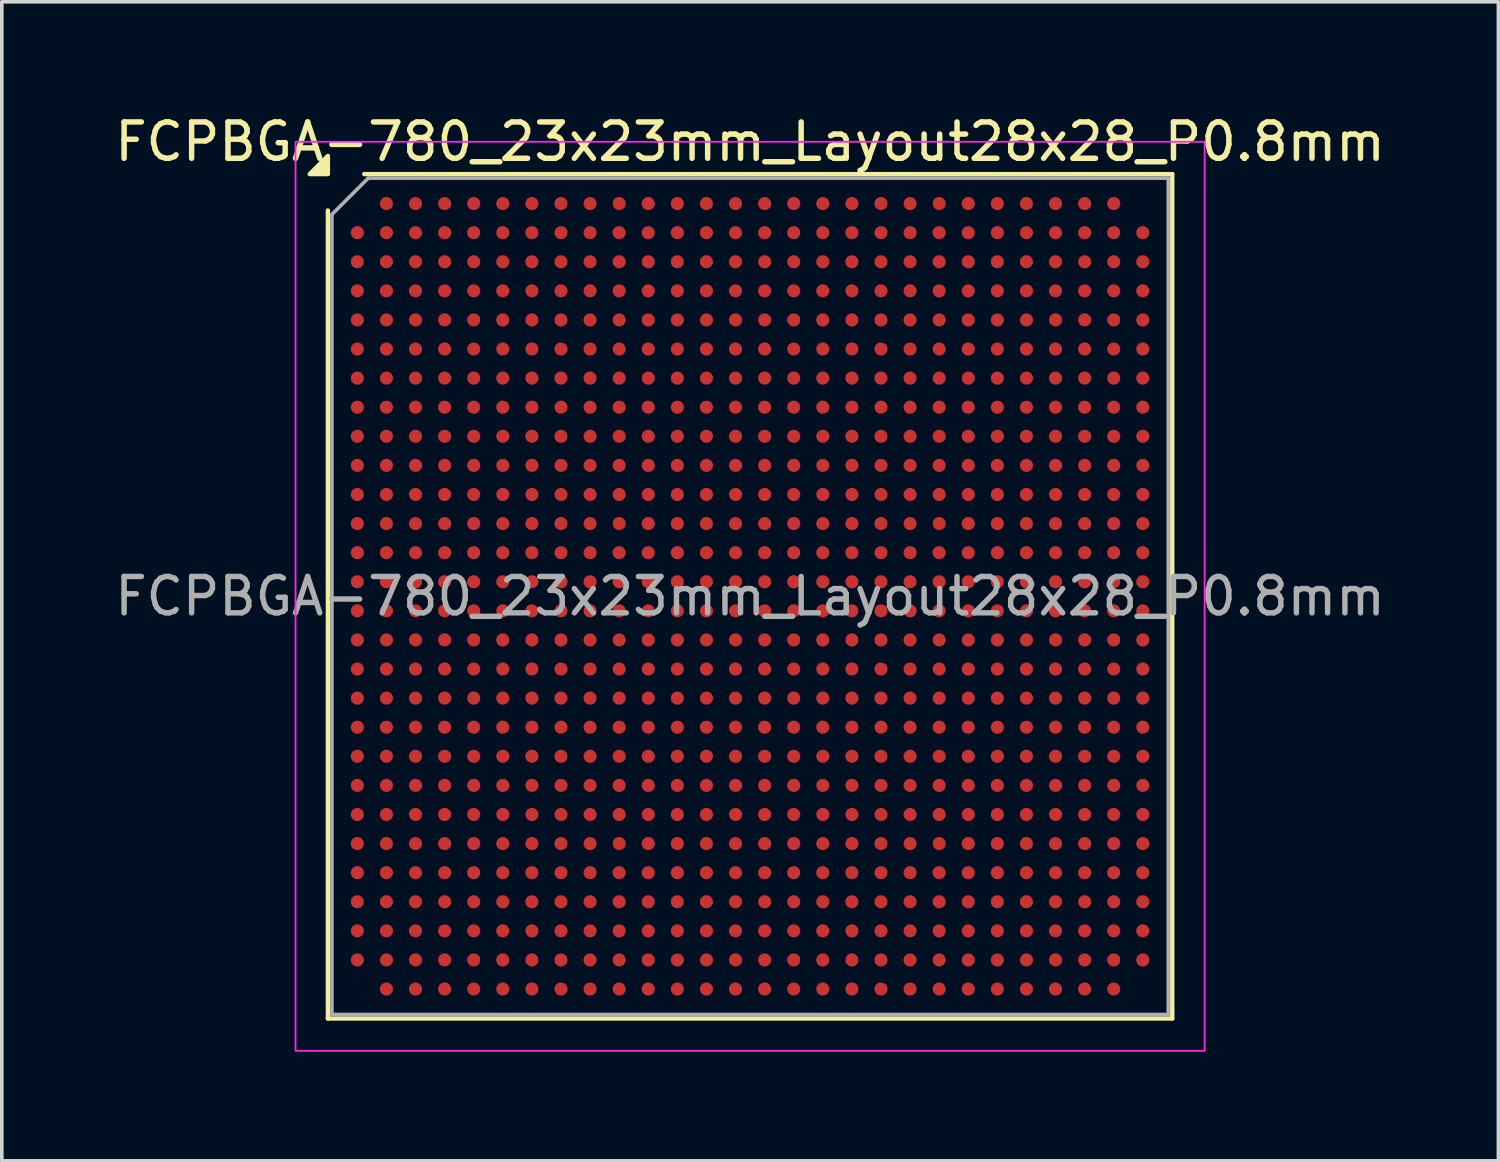
<source format=kicad_pcb>
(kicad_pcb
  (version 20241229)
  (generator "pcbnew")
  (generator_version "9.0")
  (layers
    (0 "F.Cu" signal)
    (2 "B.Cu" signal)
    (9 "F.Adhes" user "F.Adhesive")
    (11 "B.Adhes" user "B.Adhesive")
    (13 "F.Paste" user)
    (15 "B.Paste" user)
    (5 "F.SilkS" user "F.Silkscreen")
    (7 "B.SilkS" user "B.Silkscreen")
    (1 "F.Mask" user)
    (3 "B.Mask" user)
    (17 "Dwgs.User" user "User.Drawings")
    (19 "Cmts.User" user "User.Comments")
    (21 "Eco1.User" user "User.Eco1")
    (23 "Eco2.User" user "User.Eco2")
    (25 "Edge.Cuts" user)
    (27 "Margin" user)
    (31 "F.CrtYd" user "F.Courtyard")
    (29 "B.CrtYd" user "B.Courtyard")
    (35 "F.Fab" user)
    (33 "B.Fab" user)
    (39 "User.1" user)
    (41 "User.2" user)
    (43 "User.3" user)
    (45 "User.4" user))
  (footprint "FCPBGA-780_23x23mm_Layout28x28_P0.8mm"
    (layer "F.Cu")
    (at 17.577 13.348)
    (property "Reference" "FCPBGA-780_23x23mm_Layout28x28_P0.8mm" (at 0 -12.5 0) (layer "F.SilkS") (effects (font (size 1 1) (thickness 0.15))))
    (attr smd)
    (fp_line (start -11.61 11.61) (end -11.61 -10.61) (stroke (width 0.12) (type solid)) (layer "F.SilkS"))
    (fp_line (start -10.61 -11.61) (end 11.61 -11.61) (stroke (width 0.12) (type solid)) (layer "F.SilkS"))
    (fp_line (start 11.61 -11.61) (end 11.61 11.61) (stroke (width 0.12) (type solid)) (layer "F.SilkS"))
    (fp_line (start 11.61 11.61) (end -11.61 11.61) (stroke (width 0.12) (type solid)) (layer "F.SilkS"))
    (fp_poly (pts (xy -11.61 -11.61) (xy -12.11 -11.61) (xy -11.61 -12.11)) (stroke (width 0.12) (type solid)) (fill yes) (layer "F.SilkS"))
    (fp_rect (start -12.5 -12.5) (end 12.5 12.5) (stroke (width 0.05) (type solid)) (fill no) (layer "F.CrtYd"))
    (fp_line (start -11.5 -10.5) (end -10.5 -11.5) (stroke (width 0.1) (type solid)) (layer "F.Fab"))
    (fp_line (start -11.5 11.5) (end -11.5 -10.5) (stroke (width 0.1) (type solid)) (layer "F.Fab"))
    (fp_line (start -10.5 -11.5) (end 11.5 -11.5) (stroke (width 0.1) (type solid)) (layer "F.Fab"))
    (fp_line (start 11.5 -11.5) (end 11.5 11.5) (stroke (width 0.1) (type solid)) (layer "F.Fab"))
    (fp_line (start 11.5 11.5) (end -11.5 11.5) (stroke (width 0.1) (type solid)) (layer "F.Fab"))
    (fp_text user "${REFERENCE}" (at 0 0 0) (layer "F.Fab") (effects (font (size 1 1) (thickness 0.15))))
    (pad "A2" smd circle (at -10 -10.8) (size 0.36 0.36) (property pad_prop_bga) (layers "F.Cu" "F.Mask" "F.Paste"))
    (pad "A3" smd circle (at -9.2 -10.8) (size 0.36 0.36) (property pad_prop_bga) (layers "F.Cu" "F.Mask" "F.Paste"))
    (pad "A4" smd circle (at -8.4 -10.8) (size 0.36 0.36) (property pad_prop_bga) (layers "F.Cu" "F.Mask" "F.Paste"))
    (pad "A5" smd circle (at -7.6 -10.8) (size 0.36 0.36) (property pad_prop_bga) (layers "F.Cu" "F.Mask" "F.Paste"))
    (pad "A6" smd circle (at -6.8 -10.8) (size 0.36 0.36) (property pad_prop_bga) (layers "F.Cu" "F.Mask" "F.Paste"))
    (pad "A7" smd circle (at -6 -10.8) (size 0.36 0.36) (property pad_prop_bga) (layers "F.Cu" "F.Mask" "F.Paste"))
    (pad "A8" smd circle (at -5.2 -10.8) (size 0.36 0.36) (property pad_prop_bga) (layers "F.Cu" "F.Mask" "F.Paste"))
    (pad "A9" smd circle (at -4.4 -10.8) (size 0.36 0.36) (property pad_prop_bga) (layers "F.Cu" "F.Mask" "F.Paste"))
    (pad "A10" smd circle (at -3.6 -10.8) (size 0.36 0.36) (property pad_prop_bga) (layers "F.Cu" "F.Mask" "F.Paste"))
    (pad "A11" smd circle (at -2.8 -10.8) (size 0.36 0.36) (property pad_prop_bga) (layers "F.Cu" "F.Mask" "F.Paste"))
    (pad "A12" smd circle (at -2 -10.8) (size 0.36 0.36) (property pad_prop_bga) (layers "F.Cu" "F.Mask" "F.Paste"))
    (pad "A13" smd circle (at -1.2 -10.8) (size 0.36 0.36) (property pad_prop_bga) (layers "F.Cu" "F.Mask" "F.Paste"))
    (pad "A14" smd circle (at -0.4 -10.8) (size 0.36 0.36) (property pad_prop_bga) (layers "F.Cu" "F.Mask" "F.Paste"))
    (pad "A15" smd circle (at 0.4 -10.8) (size 0.36 0.36) (property pad_prop_bga) (layers "F.Cu" "F.Mask" "F.Paste"))
    (pad "A16" smd circle (at 1.2 -10.8) (size 0.36 0.36) (property pad_prop_bga) (layers "F.Cu" "F.Mask" "F.Paste"))
    (pad "A17" smd circle (at 2 -10.8) (size 0.36 0.36) (property pad_prop_bga) (layers "F.Cu" "F.Mask" "F.Paste"))
    (pad "A18" smd circle (at 2.8 -10.8) (size 0.36 0.36) (property pad_prop_bga) (layers "F.Cu" "F.Mask" "F.Paste"))
    (pad "A19" smd circle (at 3.6 -10.8) (size 0.36 0.36) (property pad_prop_bga) (layers "F.Cu" "F.Mask" "F.Paste"))
    (pad "A20" smd circle (at 4.4 -10.8) (size 0.36 0.36) (property pad_prop_bga) (layers "F.Cu" "F.Mask" "F.Paste"))
    (pad "A21" smd circle (at 5.2 -10.8) (size 0.36 0.36) (property pad_prop_bga) (layers "F.Cu" "F.Mask" "F.Paste"))
    (pad "A22" smd circle (at 6 -10.8) (size 0.36 0.36) (property pad_prop_bga) (layers "F.Cu" "F.Mask" "F.Paste"))
    (pad "A23" smd circle (at 6.8 -10.8) (size 0.36 0.36) (property pad_prop_bga) (layers "F.Cu" "F.Mask" "F.Paste"))
    (pad "A24" smd circle (at 7.6 -10.8) (size 0.36 0.36) (property pad_prop_bga) (layers "F.Cu" "F.Mask" "F.Paste"))
    (pad "A25" smd circle (at 8.4 -10.8) (size 0.36 0.36) (property pad_prop_bga) (layers "F.Cu" "F.Mask" "F.Paste"))
    (pad "A26" smd circle (at 9.2 -10.8) (size 0.36 0.36) (property pad_prop_bga) (layers "F.Cu" "F.Mask" "F.Paste"))
    (pad "A27" smd circle (at 10 -10.8) (size 0.36 0.36) (property pad_prop_bga) (layers "F.Cu" "F.Mask" "F.Paste"))
    (pad "AA1" smd circle (at -10.8 5.2) (size 0.36 0.36) (property pad_prop_bga) (layers "F.Cu" "F.Mask" "F.Paste"))
    (pad "AA2" smd circle (at -10 5.2) (size 0.36 0.36) (property pad_prop_bga) (layers "F.Cu" "F.Mask" "F.Paste"))
    (pad "AA3" smd circle (at -9.2 5.2) (size 0.36 0.36) (property pad_prop_bga) (layers "F.Cu" "F.Mask" "F.Paste"))
    (pad "AA4" smd circle (at -8.4 5.2) (size 0.36 0.36) (property pad_prop_bga) (layers "F.Cu" "F.Mask" "F.Paste"))
    (pad "AA5" smd circle (at -7.6 5.2) (size 0.36 0.36) (property pad_prop_bga) (layers "F.Cu" "F.Mask" "F.Paste"))
    (pad "AA6" smd circle (at -6.8 5.2) (size 0.36 0.36) (property pad_prop_bga) (layers "F.Cu" "F.Mask" "F.Paste"))
    (pad "AA7" smd circle (at -6 5.2) (size 0.36 0.36) (property pad_prop_bga) (layers "F.Cu" "F.Mask" "F.Paste"))
    (pad "AA8" smd circle (at -5.2 5.2) (size 0.36 0.36) (property pad_prop_bga) (layers "F.Cu" "F.Mask" "F.Paste"))
    (pad "AA9" smd circle (at -4.4 5.2) (size 0.36 0.36) (property pad_prop_bga) (layers "F.Cu" "F.Mask" "F.Paste"))
    (pad "AA10" smd circle (at -3.6 5.2) (size 0.36 0.36) (property pad_prop_bga) (layers "F.Cu" "F.Mask" "F.Paste"))
    (pad "AA11" smd circle (at -2.8 5.2) (size 0.36 0.36) (property pad_prop_bga) (layers "F.Cu" "F.Mask" "F.Paste"))
    (pad "AA12" smd circle (at -2 5.2) (size 0.36 0.36) (property pad_prop_bga) (layers "F.Cu" "F.Mask" "F.Paste"))
    (pad "AA13" smd circle (at -1.2 5.2) (size 0.36 0.36) (property pad_prop_bga) (layers "F.Cu" "F.Mask" "F.Paste"))
    (pad "AA14" smd circle (at -0.4 5.2) (size 0.36 0.36) (property pad_prop_bga) (layers "F.Cu" "F.Mask" "F.Paste"))
    (pad "AA15" smd circle (at 0.4 5.2) (size 0.36 0.36) (property pad_prop_bga) (layers "F.Cu" "F.Mask" "F.Paste"))
    (pad "AA16" smd circle (at 1.2 5.2) (size 0.36 0.36) (property pad_prop_bga) (layers "F.Cu" "F.Mask" "F.Paste"))
    (pad "AA17" smd circle (at 2 5.2) (size 0.36 0.36) (property pad_prop_bga) (layers "F.Cu" "F.Mask" "F.Paste"))
    (pad "AA18" smd circle (at 2.8 5.2) (size 0.36 0.36) (property pad_prop_bga) (layers "F.Cu" "F.Mask" "F.Paste"))
    (pad "AA19" smd circle (at 3.6 5.2) (size 0.36 0.36) (property pad_prop_bga) (layers "F.Cu" "F.Mask" "F.Paste"))
    (pad "AA20" smd circle (at 4.4 5.2) (size 0.36 0.36) (property pad_prop_bga) (layers "F.Cu" "F.Mask" "F.Paste"))
    (pad "AA21" smd circle (at 5.2 5.2) (size 0.36 0.36) (property pad_prop_bga) (layers "F.Cu" "F.Mask" "F.Paste"))
    (pad "AA22" smd circle (at 6 5.2) (size 0.36 0.36) (property pad_prop_bga) (layers "F.Cu" "F.Mask" "F.Paste"))
    (pad "AA23" smd circle (at 6.8 5.2) (size 0.36 0.36) (property pad_prop_bga) (layers "F.Cu" "F.Mask" "F.Paste"))
    (pad "AA24" smd circle (at 7.6 5.2) (size 0.36 0.36) (property pad_prop_bga) (layers "F.Cu" "F.Mask" "F.Paste"))
    (pad "AA25" smd circle (at 8.4 5.2) (size 0.36 0.36) (property pad_prop_bga) (layers "F.Cu" "F.Mask" "F.Paste"))
    (pad "AA26" smd circle (at 9.2 5.2) (size 0.36 0.36) (property pad_prop_bga) (layers "F.Cu" "F.Mask" "F.Paste"))
    (pad "AA27" smd circle (at 10 5.2) (size 0.36 0.36) (property pad_prop_bga) (layers "F.Cu" "F.Mask" "F.Paste"))
    (pad "AA28" smd circle (at 10.8 5.2) (size 0.36 0.36) (property pad_prop_bga) (layers "F.Cu" "F.Mask" "F.Paste"))
    (pad "AB1" smd circle (at -10.8 6) (size 0.36 0.36) (property pad_prop_bga) (layers "F.Cu" "F.Mask" "F.Paste"))
    (pad "AB2" smd circle (at -10 6) (size 0.36 0.36) (property pad_prop_bga) (layers "F.Cu" "F.Mask" "F.Paste"))
    (pad "AB3" smd circle (at -9.2 6) (size 0.36 0.36) (property pad_prop_bga) (layers "F.Cu" "F.Mask" "F.Paste"))
    (pad "AB4" smd circle (at -8.4 6) (size 0.36 0.36) (property pad_prop_bga) (layers "F.Cu" "F.Mask" "F.Paste"))
    (pad "AB5" smd circle (at -7.6 6) (size 0.36 0.36) (property pad_prop_bga) (layers "F.Cu" "F.Mask" "F.Paste"))
    (pad "AB6" smd circle (at -6.8 6) (size 0.36 0.36) (property pad_prop_bga) (layers "F.Cu" "F.Mask" "F.Paste"))
    (pad "AB7" smd circle (at -6 6) (size 0.36 0.36) (property pad_prop_bga) (layers "F.Cu" "F.Mask" "F.Paste"))
    (pad "AB8" smd circle (at -5.2 6) (size 0.36 0.36) (property pad_prop_bga) (layers "F.Cu" "F.Mask" "F.Paste"))
    (pad "AB9" smd circle (at -4.4 6) (size 0.36 0.36) (property pad_prop_bga) (layers "F.Cu" "F.Mask" "F.Paste"))
    (pad "AB10" smd circle (at -3.6 6) (size 0.36 0.36) (property pad_prop_bga) (layers "F.Cu" "F.Mask" "F.Paste"))
    (pad "AB11" smd circle (at -2.8 6) (size 0.36 0.36) (property pad_prop_bga) (layers "F.Cu" "F.Mask" "F.Paste"))
    (pad "AB12" smd circle (at -2 6) (size 0.36 0.36) (property pad_prop_bga) (layers "F.Cu" "F.Mask" "F.Paste"))
    (pad "AB13" smd circle (at -1.2 6) (size 0.36 0.36) (property pad_prop_bga) (layers "F.Cu" "F.Mask" "F.Paste"))
    (pad "AB14" smd circle (at -0.4 6) (size 0.36 0.36) (property pad_prop_bga) (layers "F.Cu" "F.Mask" "F.Paste"))
    (pad "AB15" smd circle (at 0.4 6) (size 0.36 0.36) (property pad_prop_bga) (layers "F.Cu" "F.Mask" "F.Paste"))
    (pad "AB16" smd circle (at 1.2 6) (size 0.36 0.36) (property pad_prop_bga) (layers "F.Cu" "F.Mask" "F.Paste"))
    (pad "AB17" smd circle (at 2 6) (size 0.36 0.36) (property pad_prop_bga) (layers "F.Cu" "F.Mask" "F.Paste"))
    (pad "AB18" smd circle (at 2.8 6) (size 0.36 0.36) (property pad_prop_bga) (layers "F.Cu" "F.Mask" "F.Paste"))
    (pad "AB19" smd circle (at 3.6 6) (size 0.36 0.36) (property pad_prop_bga) (layers "F.Cu" "F.Mask" "F.Paste"))
    (pad "AB20" smd circle (at 4.4 6) (size 0.36 0.36) (property pad_prop_bga) (layers "F.Cu" "F.Mask" "F.Paste"))
    (pad "AB21" smd circle (at 5.2 6) (size 0.36 0.36) (property pad_prop_bga) (layers "F.Cu" "F.Mask" "F.Paste"))
    (pad "AB22" smd circle (at 6 6) (size 0.36 0.36) (property pad_prop_bga) (layers "F.Cu" "F.Mask" "F.Paste"))
    (pad "AB23" smd circle (at 6.8 6) (size 0.36 0.36) (property pad_prop_bga) (layers "F.Cu" "F.Mask" "F.Paste"))
    (pad "AB24" smd circle (at 7.6 6) (size 0.36 0.36) (property pad_prop_bga) (layers "F.Cu" "F.Mask" "F.Paste"))
    (pad "AB25" smd circle (at 8.4 6) (size 0.36 0.36) (property pad_prop_bga) (layers "F.Cu" "F.Mask" "F.Paste"))
    (pad "AB26" smd circle (at 9.2 6) (size 0.36 0.36) (property pad_prop_bga) (layers "F.Cu" "F.Mask" "F.Paste"))
    (pad "AB27" smd circle (at 10 6) (size 0.36 0.36) (property pad_prop_bga) (layers "F.Cu" "F.Mask" "F.Paste"))
    (pad "AB28" smd circle (at 10.8 6) (size 0.36 0.36) (property pad_prop_bga) (layers "F.Cu" "F.Mask" "F.Paste"))
    (pad "AC1" smd circle (at -10.8 6.8) (size 0.36 0.36) (property pad_prop_bga) (layers "F.Cu" "F.Mask" "F.Paste"))
    (pad "AC2" smd circle (at -10 6.8) (size 0.36 0.36) (property pad_prop_bga) (layers "F.Cu" "F.Mask" "F.Paste"))
    (pad "AC3" smd circle (at -9.2 6.8) (size 0.36 0.36) (property pad_prop_bga) (layers "F.Cu" "F.Mask" "F.Paste"))
    (pad "AC4" smd circle (at -8.4 6.8) (size 0.36 0.36) (property pad_prop_bga) (layers "F.Cu" "F.Mask" "F.Paste"))
    (pad "AC5" smd circle (at -7.6 6.8) (size 0.36 0.36) (property pad_prop_bga) (layers "F.Cu" "F.Mask" "F.Paste"))
    (pad "AC6" smd circle (at -6.8 6.8) (size 0.36 0.36) (property pad_prop_bga) (layers "F.Cu" "F.Mask" "F.Paste"))
    (pad "AC7" smd circle (at -6 6.8) (size 0.36 0.36) (property pad_prop_bga) (layers "F.Cu" "F.Mask" "F.Paste"))
    (pad "AC8" smd circle (at -5.2 6.8) (size 0.36 0.36) (property pad_prop_bga) (layers "F.Cu" "F.Mask" "F.Paste"))
    (pad "AC9" smd circle (at -4.4 6.8) (size 0.36 0.36) (property pad_prop_bga) (layers "F.Cu" "F.Mask" "F.Paste"))
    (pad "AC10" smd circle (at -3.6 6.8) (size 0.36 0.36) (property pad_prop_bga) (layers "F.Cu" "F.Mask" "F.Paste"))
    (pad "AC11" smd circle (at -2.8 6.8) (size 0.36 0.36) (property pad_prop_bga) (layers "F.Cu" "F.Mask" "F.Paste"))
    (pad "AC12" smd circle (at -2 6.8) (size 0.36 0.36) (property pad_prop_bga) (layers "F.Cu" "F.Mask" "F.Paste"))
    (pad "AC13" smd circle (at -1.2 6.8) (size 0.36 0.36) (property pad_prop_bga) (layers "F.Cu" "F.Mask" "F.Paste"))
    (pad "AC14" smd circle (at -0.4 6.8) (size 0.36 0.36) (property pad_prop_bga) (layers "F.Cu" "F.Mask" "F.Paste"))
    (pad "AC15" smd circle (at 0.4 6.8) (size 0.36 0.36) (property pad_prop_bga) (layers "F.Cu" "F.Mask" "F.Paste"))
    (pad "AC16" smd circle (at 1.2 6.8) (size 0.36 0.36) (property pad_prop_bga) (layers "F.Cu" "F.Mask" "F.Paste"))
    (pad "AC17" smd circle (at 2 6.8) (size 0.36 0.36) (property pad_prop_bga) (layers "F.Cu" "F.Mask" "F.Paste"))
    (pad "AC18" smd circle (at 2.8 6.8) (size 0.36 0.36) (property pad_prop_bga) (layers "F.Cu" "F.Mask" "F.Paste"))
    (pad "AC19" smd circle (at 3.6 6.8) (size 0.36 0.36) (property pad_prop_bga) (layers "F.Cu" "F.Mask" "F.Paste"))
    (pad "AC20" smd circle (at 4.4 6.8) (size 0.36 0.36) (property pad_prop_bga) (layers "F.Cu" "F.Mask" "F.Paste"))
    (pad "AC21" smd circle (at 5.2 6.8) (size 0.36 0.36) (property pad_prop_bga) (layers "F.Cu" "F.Mask" "F.Paste"))
    (pad "AC22" smd circle (at 6 6.8) (size 0.36 0.36) (property pad_prop_bga) (layers "F.Cu" "F.Mask" "F.Paste"))
    (pad "AC23" smd circle (at 6.8 6.8) (size 0.36 0.36) (property pad_prop_bga) (layers "F.Cu" "F.Mask" "F.Paste"))
    (pad "AC24" smd circle (at 7.6 6.8) (size 0.36 0.36) (property pad_prop_bga) (layers "F.Cu" "F.Mask" "F.Paste"))
    (pad "AC25" smd circle (at 8.4 6.8) (size 0.36 0.36) (property pad_prop_bga) (layers "F.Cu" "F.Mask" "F.Paste"))
    (pad "AC26" smd circle (at 9.2 6.8) (size 0.36 0.36) (property pad_prop_bga) (layers "F.Cu" "F.Mask" "F.Paste"))
    (pad "AC27" smd circle (at 10 6.8) (size 0.36 0.36) (property pad_prop_bga) (layers "F.Cu" "F.Mask" "F.Paste"))
    (pad "AC28" smd circle (at 10.8 6.8) (size 0.36 0.36) (property pad_prop_bga) (layers "F.Cu" "F.Mask" "F.Paste"))
    (pad "AD1" smd circle (at -10.8 7.6) (size 0.36 0.36) (property pad_prop_bga) (layers "F.Cu" "F.Mask" "F.Paste"))
    (pad "AD2" smd circle (at -10 7.6) (size 0.36 0.36) (property pad_prop_bga) (layers "F.Cu" "F.Mask" "F.Paste"))
    (pad "AD3" smd circle (at -9.2 7.6) (size 0.36 0.36) (property pad_prop_bga) (layers "F.Cu" "F.Mask" "F.Paste"))
    (pad "AD4" smd circle (at -8.4 7.6) (size 0.36 0.36) (property pad_prop_bga) (layers "F.Cu" "F.Mask" "F.Paste"))
    (pad "AD5" smd circle (at -7.6 7.6) (size 0.36 0.36) (property pad_prop_bga) (layers "F.Cu" "F.Mask" "F.Paste"))
    (pad "AD6" smd circle (at -6.8 7.6) (size 0.36 0.36) (property pad_prop_bga) (layers "F.Cu" "F.Mask" "F.Paste"))
    (pad "AD7" smd circle (at -6 7.6) (size 0.36 0.36) (property pad_prop_bga) (layers "F.Cu" "F.Mask" "F.Paste"))
    (pad "AD8" smd circle (at -5.2 7.6) (size 0.36 0.36) (property pad_prop_bga) (layers "F.Cu" "F.Mask" "F.Paste"))
    (pad "AD9" smd circle (at -4.4 7.6) (size 0.36 0.36) (property pad_prop_bga) (layers "F.Cu" "F.Mask" "F.Paste"))
    (pad "AD10" smd circle (at -3.6 7.6) (size 0.36 0.36) (property pad_prop_bga) (layers "F.Cu" "F.Mask" "F.Paste"))
    (pad "AD11" smd circle (at -2.8 7.6) (size 0.36 0.36) (property pad_prop_bga) (layers "F.Cu" "F.Mask" "F.Paste"))
    (pad "AD12" smd circle (at -2 7.6) (size 0.36 0.36) (property pad_prop_bga) (layers "F.Cu" "F.Mask" "F.Paste"))
    (pad "AD13" smd circle (at -1.2 7.6) (size 0.36 0.36) (property pad_prop_bga) (layers "F.Cu" "F.Mask" "F.Paste"))
    (pad "AD14" smd circle (at -0.4 7.6) (size 0.36 0.36) (property pad_prop_bga) (layers "F.Cu" "F.Mask" "F.Paste"))
    (pad "AD15" smd circle (at 0.4 7.6) (size 0.36 0.36) (property pad_prop_bga) (layers "F.Cu" "F.Mask" "F.Paste"))
    (pad "AD16" smd circle (at 1.2 7.6) (size 0.36 0.36) (property pad_prop_bga) (layers "F.Cu" "F.Mask" "F.Paste"))
    (pad "AD17" smd circle (at 2 7.6) (size 0.36 0.36) (property pad_prop_bga) (layers "F.Cu" "F.Mask" "F.Paste"))
    (pad "AD18" smd circle (at 2.8 7.6) (size 0.36 0.36) (property pad_prop_bga) (layers "F.Cu" "F.Mask" "F.Paste"))
    (pad "AD19" smd circle (at 3.6 7.6) (size 0.36 0.36) (property pad_prop_bga) (layers "F.Cu" "F.Mask" "F.Paste"))
    (pad "AD20" smd circle (at 4.4 7.6) (size 0.36 0.36) (property pad_prop_bga) (layers "F.Cu" "F.Mask" "F.Paste"))
    (pad "AD21" smd circle (at 5.2 7.6) (size 0.36 0.36) (property pad_prop_bga) (layers "F.Cu" "F.Mask" "F.Paste"))
    (pad "AD22" smd circle (at 6 7.6) (size 0.36 0.36) (property pad_prop_bga) (layers "F.Cu" "F.Mask" "F.Paste"))
    (pad "AD23" smd circle (at 6.8 7.6) (size 0.36 0.36) (property pad_prop_bga) (layers "F.Cu" "F.Mask" "F.Paste"))
    (pad "AD24" smd circle (at 7.6 7.6) (size 0.36 0.36) (property pad_prop_bga) (layers "F.Cu" "F.Mask" "F.Paste"))
    (pad "AD25" smd circle (at 8.4 7.6) (size 0.36 0.36) (property pad_prop_bga) (layers "F.Cu" "F.Mask" "F.Paste"))
    (pad "AD26" smd circle (at 9.2 7.6) (size 0.36 0.36) (property pad_prop_bga) (layers "F.Cu" "F.Mask" "F.Paste"))
    (pad "AD27" smd circle (at 10 7.6) (size 0.36 0.36) (property pad_prop_bga) (layers "F.Cu" "F.Mask" "F.Paste"))
    (pad "AD28" smd circle (at 10.8 7.6) (size 0.36 0.36) (property pad_prop_bga) (layers "F.Cu" "F.Mask" "F.Paste"))
    (pad "AE1" smd circle (at -10.8 8.4) (size 0.36 0.36) (property pad_prop_bga) (layers "F.Cu" "F.Mask" "F.Paste"))
    (pad "AE2" smd circle (at -10 8.4) (size 0.36 0.36) (property pad_prop_bga) (layers "F.Cu" "F.Mask" "F.Paste"))
    (pad "AE3" smd circle (at -9.2 8.4) (size 0.36 0.36) (property pad_prop_bga) (layers "F.Cu" "F.Mask" "F.Paste"))
    (pad "AE4" smd circle (at -8.4 8.4) (size 0.36 0.36) (property pad_prop_bga) (layers "F.Cu" "F.Mask" "F.Paste"))
    (pad "AE5" smd circle (at -7.6 8.4) (size 0.36 0.36) (property pad_prop_bga) (layers "F.Cu" "F.Mask" "F.Paste"))
    (pad "AE6" smd circle (at -6.8 8.4) (size 0.36 0.36) (property pad_prop_bga) (layers "F.Cu" "F.Mask" "F.Paste"))
    (pad "AE7" smd circle (at -6 8.4) (size 0.36 0.36) (property pad_prop_bga) (layers "F.Cu" "F.Mask" "F.Paste"))
    (pad "AE8" smd circle (at -5.2 8.4) (size 0.36 0.36) (property pad_prop_bga) (layers "F.Cu" "F.Mask" "F.Paste"))
    (pad "AE9" smd circle (at -4.4 8.4) (size 0.36 0.36) (property pad_prop_bga) (layers "F.Cu" "F.Mask" "F.Paste"))
    (pad "AE10" smd circle (at -3.6 8.4) (size 0.36 0.36) (property pad_prop_bga) (layers "F.Cu" "F.Mask" "F.Paste"))
    (pad "AE11" smd circle (at -2.8 8.4) (size 0.36 0.36) (property pad_prop_bga) (layers "F.Cu" "F.Mask" "F.Paste"))
    (pad "AE12" smd circle (at -2 8.4) (size 0.36 0.36) (property pad_prop_bga) (layers "F.Cu" "F.Mask" "F.Paste"))
    (pad "AE13" smd circle (at -1.2 8.4) (size 0.36 0.36) (property pad_prop_bga) (layers "F.Cu" "F.Mask" "F.Paste"))
    (pad "AE14" smd circle (at -0.4 8.4) (size 0.36 0.36) (property pad_prop_bga) (layers "F.Cu" "F.Mask" "F.Paste"))
    (pad "AE15" smd circle (at 0.4 8.4) (size 0.36 0.36) (property pad_prop_bga) (layers "F.Cu" "F.Mask" "F.Paste"))
    (pad "AE16" smd circle (at 1.2 8.4) (size 0.36 0.36) (property pad_prop_bga) (layers "F.Cu" "F.Mask" "F.Paste"))
    (pad "AE17" smd circle (at 2 8.4) (size 0.36 0.36) (property pad_prop_bga) (layers "F.Cu" "F.Mask" "F.Paste"))
    (pad "AE18" smd circle (at 2.8 8.4) (size 0.36 0.36) (property pad_prop_bga) (layers "F.Cu" "F.Mask" "F.Paste"))
    (pad "AE19" smd circle (at 3.6 8.4) (size 0.36 0.36) (property pad_prop_bga) (layers "F.Cu" "F.Mask" "F.Paste"))
    (pad "AE20" smd circle (at 4.4 8.4) (size 0.36 0.36) (property pad_prop_bga) (layers "F.Cu" "F.Mask" "F.Paste"))
    (pad "AE21" smd circle (at 5.2 8.4) (size 0.36 0.36) (property pad_prop_bga) (layers "F.Cu" "F.Mask" "F.Paste"))
    (pad "AE22" smd circle (at 6 8.4) (size 0.36 0.36) (property pad_prop_bga) (layers "F.Cu" "F.Mask" "F.Paste"))
    (pad "AE23" smd circle (at 6.8 8.4) (size 0.36 0.36) (property pad_prop_bga) (layers "F.Cu" "F.Mask" "F.Paste"))
    (pad "AE24" smd circle (at 7.6 8.4) (size 0.36 0.36) (property pad_prop_bga) (layers "F.Cu" "F.Mask" "F.Paste"))
    (pad "AE25" smd circle (at 8.4 8.4) (size 0.36 0.36) (property pad_prop_bga) (layers "F.Cu" "F.Mask" "F.Paste"))
    (pad "AE26" smd circle (at 9.2 8.4) (size 0.36 0.36) (property pad_prop_bga) (layers "F.Cu" "F.Mask" "F.Paste"))
    (pad "AE27" smd circle (at 10 8.4) (size 0.36 0.36) (property pad_prop_bga) (layers "F.Cu" "F.Mask" "F.Paste"))
    (pad "AE28" smd circle (at 10.8 8.4) (size 0.36 0.36) (property pad_prop_bga) (layers "F.Cu" "F.Mask" "F.Paste"))
    (pad "AF1" smd circle (at -10.8 9.2) (size 0.36 0.36) (property pad_prop_bga) (layers "F.Cu" "F.Mask" "F.Paste"))
    (pad "AF2" smd circle (at -10 9.2) (size 0.36 0.36) (property pad_prop_bga) (layers "F.Cu" "F.Mask" "F.Paste"))
    (pad "AF3" smd circle (at -9.2 9.2) (size 0.36 0.36) (property pad_prop_bga) (layers "F.Cu" "F.Mask" "F.Paste"))
    (pad "AF4" smd circle (at -8.4 9.2) (size 0.36 0.36) (property pad_prop_bga) (layers "F.Cu" "F.Mask" "F.Paste"))
    (pad "AF5" smd circle (at -7.6 9.2) (size 0.36 0.36) (property pad_prop_bga) (layers "F.Cu" "F.Mask" "F.Paste"))
    (pad "AF6" smd circle (at -6.8 9.2) (size 0.36 0.36) (property pad_prop_bga) (layers "F.Cu" "F.Mask" "F.Paste"))
    (pad "AF7" smd circle (at -6 9.2) (size 0.36 0.36) (property pad_prop_bga) (layers "F.Cu" "F.Mask" "F.Paste"))
    (pad "AF8" smd circle (at -5.2 9.2) (size 0.36 0.36) (property pad_prop_bga) (layers "F.Cu" "F.Mask" "F.Paste"))
    (pad "AF9" smd circle (at -4.4 9.2) (size 0.36 0.36) (property pad_prop_bga) (layers "F.Cu" "F.Mask" "F.Paste"))
    (pad "AF10" smd circle (at -3.6 9.2) (size 0.36 0.36) (property pad_prop_bga) (layers "F.Cu" "F.Mask" "F.Paste"))
    (pad "AF11" smd circle (at -2.8 9.2) (size 0.36 0.36) (property pad_prop_bga) (layers "F.Cu" "F.Mask" "F.Paste"))
    (pad "AF12" smd circle (at -2 9.2) (size 0.36 0.36) (property pad_prop_bga) (layers "F.Cu" "F.Mask" "F.Paste"))
    (pad "AF13" smd circle (at -1.2 9.2) (size 0.36 0.36) (property pad_prop_bga) (layers "F.Cu" "F.Mask" "F.Paste"))
    (pad "AF14" smd circle (at -0.4 9.2) (size 0.36 0.36) (property pad_prop_bga) (layers "F.Cu" "F.Mask" "F.Paste"))
    (pad "AF15" smd circle (at 0.4 9.2) (size 0.36 0.36) (property pad_prop_bga) (layers "F.Cu" "F.Mask" "F.Paste"))
    (pad "AF16" smd circle (at 1.2 9.2) (size 0.36 0.36) (property pad_prop_bga) (layers "F.Cu" "F.Mask" "F.Paste"))
    (pad "AF17" smd circle (at 2 9.2) (size 0.36 0.36) (property pad_prop_bga) (layers "F.Cu" "F.Mask" "F.Paste"))
    (pad "AF18" smd circle (at 2.8 9.2) (size 0.36 0.36) (property pad_prop_bga) (layers "F.Cu" "F.Mask" "F.Paste"))
    (pad "AF19" smd circle (at 3.6 9.2) (size 0.36 0.36) (property pad_prop_bga) (layers "F.Cu" "F.Mask" "F.Paste"))
    (pad "AF20" smd circle (at 4.4 9.2) (size 0.36 0.36) (property pad_prop_bga) (layers "F.Cu" "F.Mask" "F.Paste"))
    (pad "AF21" smd circle (at 5.2 9.2) (size 0.36 0.36) (property pad_prop_bga) (layers "F.Cu" "F.Mask" "F.Paste"))
    (pad "AF22" smd circle (at 6 9.2) (size 0.36 0.36) (property pad_prop_bga) (layers "F.Cu" "F.Mask" "F.Paste"))
    (pad "AF23" smd circle (at 6.8 9.2) (size 0.36 0.36) (property pad_prop_bga) (layers "F.Cu" "F.Mask" "F.Paste"))
    (pad "AF24" smd circle (at 7.6 9.2) (size 0.36 0.36) (property pad_prop_bga) (layers "F.Cu" "F.Mask" "F.Paste"))
    (pad "AF25" smd circle (at 8.4 9.2) (size 0.36 0.36) (property pad_prop_bga) (layers "F.Cu" "F.Mask" "F.Paste"))
    (pad "AF26" smd circle (at 9.2 9.2) (size 0.36 0.36) (property pad_prop_bga) (layers "F.Cu" "F.Mask" "F.Paste"))
    (pad "AF27" smd circle (at 10 9.2) (size 0.36 0.36) (property pad_prop_bga) (layers "F.Cu" "F.Mask" "F.Paste"))
    (pad "AF28" smd circle (at 10.8 9.2) (size 0.36 0.36) (property pad_prop_bga) (layers "F.Cu" "F.Mask" "F.Paste"))
    (pad "AG1" smd circle (at -10.8 10) (size 0.36 0.36) (property pad_prop_bga) (layers "F.Cu" "F.Mask" "F.Paste"))
    (pad "AG2" smd circle (at -10 10) (size 0.36 0.36) (property pad_prop_bga) (layers "F.Cu" "F.Mask" "F.Paste"))
    (pad "AG3" smd circle (at -9.2 10) (size 0.36 0.36) (property pad_prop_bga) (layers "F.Cu" "F.Mask" "F.Paste"))
    (pad "AG4" smd circle (at -8.4 10) (size 0.36 0.36) (property pad_prop_bga) (layers "F.Cu" "F.Mask" "F.Paste"))
    (pad "AG5" smd circle (at -7.6 10) (size 0.36 0.36) (property pad_prop_bga) (layers "F.Cu" "F.Mask" "F.Paste"))
    (pad "AG6" smd circle (at -6.8 10) (size 0.36 0.36) (property pad_prop_bga) (layers "F.Cu" "F.Mask" "F.Paste"))
    (pad "AG7" smd circle (at -6 10) (size 0.36 0.36) (property pad_prop_bga) (layers "F.Cu" "F.Mask" "F.Paste"))
    (pad "AG8" smd circle (at -5.2 10) (size 0.36 0.36) (property pad_prop_bga) (layers "F.Cu" "F.Mask" "F.Paste"))
    (pad "AG9" smd circle (at -4.4 10) (size 0.36 0.36) (property pad_prop_bga) (layers "F.Cu" "F.Mask" "F.Paste"))
    (pad "AG10" smd circle (at -3.6 10) (size 0.36 0.36) (property pad_prop_bga) (layers "F.Cu" "F.Mask" "F.Paste"))
    (pad "AG11" smd circle (at -2.8 10) (size 0.36 0.36) (property pad_prop_bga) (layers "F.Cu" "F.Mask" "F.Paste"))
    (pad "AG12" smd circle (at -2 10) (size 0.36 0.36) (property pad_prop_bga) (layers "F.Cu" "F.Mask" "F.Paste"))
    (pad "AG13" smd circle (at -1.2 10) (size 0.36 0.36) (property pad_prop_bga) (layers "F.Cu" "F.Mask" "F.Paste"))
    (pad "AG14" smd circle (at -0.4 10) (size 0.36 0.36) (property pad_prop_bga) (layers "F.Cu" "F.Mask" "F.Paste"))
    (pad "AG15" smd circle (at 0.4 10) (size 0.36 0.36) (property pad_prop_bga) (layers "F.Cu" "F.Mask" "F.Paste"))
    (pad "AG16" smd circle (at 1.2 10) (size 0.36 0.36) (property pad_prop_bga) (layers "F.Cu" "F.Mask" "F.Paste"))
    (pad "AG17" smd circle (at 2 10) (size 0.36 0.36) (property pad_prop_bga) (layers "F.Cu" "F.Mask" "F.Paste"))
    (pad "AG18" smd circle (at 2.8 10) (size 0.36 0.36) (property pad_prop_bga) (layers "F.Cu" "F.Mask" "F.Paste"))
    (pad "AG19" smd circle (at 3.6 10) (size 0.36 0.36) (property pad_prop_bga) (layers "F.Cu" "F.Mask" "F.Paste"))
    (pad "AG20" smd circle (at 4.4 10) (size 0.36 0.36) (property pad_prop_bga) (layers "F.Cu" "F.Mask" "F.Paste"))
    (pad "AG21" smd circle (at 5.2 10) (size 0.36 0.36) (property pad_prop_bga) (layers "F.Cu" "F.Mask" "F.Paste"))
    (pad "AG22" smd circle (at 6 10) (size 0.36 0.36) (property pad_prop_bga) (layers "F.Cu" "F.Mask" "F.Paste"))
    (pad "AG23" smd circle (at 6.8 10) (size 0.36 0.36) (property pad_prop_bga) (layers "F.Cu" "F.Mask" "F.Paste"))
    (pad "AG24" smd circle (at 7.6 10) (size 0.36 0.36) (property pad_prop_bga) (layers "F.Cu" "F.Mask" "F.Paste"))
    (pad "AG25" smd circle (at 8.4 10) (size 0.36 0.36) (property pad_prop_bga) (layers "F.Cu" "F.Mask" "F.Paste"))
    (pad "AG26" smd circle (at 9.2 10) (size 0.36 0.36) (property pad_prop_bga) (layers "F.Cu" "F.Mask" "F.Paste"))
    (pad "AG27" smd circle (at 10 10) (size 0.36 0.36) (property pad_prop_bga) (layers "F.Cu" "F.Mask" "F.Paste"))
    (pad "AG28" smd circle (at 10.8 10) (size 0.36 0.36) (property pad_prop_bga) (layers "F.Cu" "F.Mask" "F.Paste"))
    (pad "AH2" smd circle (at -10 10.8) (size 0.36 0.36) (property pad_prop_bga) (layers "F.Cu" "F.Mask" "F.Paste"))
    (pad "AH3" smd circle (at -9.2 10.8) (size 0.36 0.36) (property pad_prop_bga) (layers "F.Cu" "F.Mask" "F.Paste"))
    (pad "AH4" smd circle (at -8.4 10.8) (size 0.36 0.36) (property pad_prop_bga) (layers "F.Cu" "F.Mask" "F.Paste"))
    (pad "AH5" smd circle (at -7.6 10.8) (size 0.36 0.36) (property pad_prop_bga) (layers "F.Cu" "F.Mask" "F.Paste"))
    (pad "AH6" smd circle (at -6.8 10.8) (size 0.36 0.36) (property pad_prop_bga) (layers "F.Cu" "F.Mask" "F.Paste"))
    (pad "AH7" smd circle (at -6 10.8) (size 0.36 0.36) (property pad_prop_bga) (layers "F.Cu" "F.Mask" "F.Paste"))
    (pad "AH8" smd circle (at -5.2 10.8) (size 0.36 0.36) (property pad_prop_bga) (layers "F.Cu" "F.Mask" "F.Paste"))
    (pad "AH9" smd circle (at -4.4 10.8) (size 0.36 0.36) (property pad_prop_bga) (layers "F.Cu" "F.Mask" "F.Paste"))
    (pad "AH10" smd circle (at -3.6 10.8) (size 0.36 0.36) (property pad_prop_bga) (layers "F.Cu" "F.Mask" "F.Paste"))
    (pad "AH11" smd circle (at -2.8 10.8) (size 0.36 0.36) (property pad_prop_bga) (layers "F.Cu" "F.Mask" "F.Paste"))
    (pad "AH12" smd circle (at -2 10.8) (size 0.36 0.36) (property pad_prop_bga) (layers "F.Cu" "F.Mask" "F.Paste"))
    (pad "AH13" smd circle (at -1.2 10.8) (size 0.36 0.36) (property pad_prop_bga) (layers "F.Cu" "F.Mask" "F.Paste"))
    (pad "AH14" smd circle (at -0.4 10.8) (size 0.36 0.36) (property pad_prop_bga) (layers "F.Cu" "F.Mask" "F.Paste"))
    (pad "AH15" smd circle (at 0.4 10.8) (size 0.36 0.36) (property pad_prop_bga) (layers "F.Cu" "F.Mask" "F.Paste"))
    (pad "AH16" smd circle (at 1.2 10.8) (size 0.36 0.36) (property pad_prop_bga) (layers "F.Cu" "F.Mask" "F.Paste"))
    (pad "AH17" smd circle (at 2 10.8) (size 0.36 0.36) (property pad_prop_bga) (layers "F.Cu" "F.Mask" "F.Paste"))
    (pad "AH18" smd circle (at 2.8 10.8) (size 0.36 0.36) (property pad_prop_bga) (layers "F.Cu" "F.Mask" "F.Paste"))
    (pad "AH19" smd circle (at 3.6 10.8) (size 0.36 0.36) (property pad_prop_bga) (layers "F.Cu" "F.Mask" "F.Paste"))
    (pad "AH20" smd circle (at 4.4 10.8) (size 0.36 0.36) (property pad_prop_bga) (layers "F.Cu" "F.Mask" "F.Paste"))
    (pad "AH21" smd circle (at 5.2 10.8) (size 0.36 0.36) (property pad_prop_bga) (layers "F.Cu" "F.Mask" "F.Paste"))
    (pad "AH22" smd circle (at 6 10.8) (size 0.36 0.36) (property pad_prop_bga) (layers "F.Cu" "F.Mask" "F.Paste"))
    (pad "AH23" smd circle (at 6.8 10.8) (size 0.36 0.36) (property pad_prop_bga) (layers "F.Cu" "F.Mask" "F.Paste"))
    (pad "AH24" smd circle (at 7.6 10.8) (size 0.36 0.36) (property pad_prop_bga) (layers "F.Cu" "F.Mask" "F.Paste"))
    (pad "AH25" smd circle (at 8.4 10.8) (size 0.36 0.36) (property pad_prop_bga) (layers "F.Cu" "F.Mask" "F.Paste"))
    (pad "AH26" smd circle (at 9.2 10.8) (size 0.36 0.36) (property pad_prop_bga) (layers "F.Cu" "F.Mask" "F.Paste"))
    (pad "AH27" smd circle (at 10 10.8) (size 0.36 0.36) (property pad_prop_bga) (layers "F.Cu" "F.Mask" "F.Paste"))
    (pad "B1" smd circle (at -10.8 -10) (size 0.36 0.36) (property pad_prop_bga) (layers "F.Cu" "F.Mask" "F.Paste"))
    (pad "B2" smd circle (at -10 -10) (size 0.36 0.36) (property pad_prop_bga) (layers "F.Cu" "F.Mask" "F.Paste"))
    (pad "B3" smd circle (at -9.2 -10) (size 0.36 0.36) (property pad_prop_bga) (layers "F.Cu" "F.Mask" "F.Paste"))
    (pad "B4" smd circle (at -8.4 -10) (size 0.36 0.36) (property pad_prop_bga) (layers "F.Cu" "F.Mask" "F.Paste"))
    (pad "B5" smd circle (at -7.6 -10) (size 0.36 0.36) (property pad_prop_bga) (layers "F.Cu" "F.Mask" "F.Paste"))
    (pad "B6" smd circle (at -6.8 -10) (size 0.36 0.36) (property pad_prop_bga) (layers "F.Cu" "F.Mask" "F.Paste"))
    (pad "B7" smd circle (at -6 -10) (size 0.36 0.36) (property pad_prop_bga) (layers "F.Cu" "F.Mask" "F.Paste"))
    (pad "B8" smd circle (at -5.2 -10) (size 0.36 0.36) (property pad_prop_bga) (layers "F.Cu" "F.Mask" "F.Paste"))
    (pad "B9" smd circle (at -4.4 -10) (size 0.36 0.36) (property pad_prop_bga) (layers "F.Cu" "F.Mask" "F.Paste"))
    (pad "B10" smd circle (at -3.6 -10) (size 0.36 0.36) (property pad_prop_bga) (layers "F.Cu" "F.Mask" "F.Paste"))
    (pad "B11" smd circle (at -2.8 -10) (size 0.36 0.36) (property pad_prop_bga) (layers "F.Cu" "F.Mask" "F.Paste"))
    (pad "B12" smd circle (at -2 -10) (size 0.36 0.36) (property pad_prop_bga) (layers "F.Cu" "F.Mask" "F.Paste"))
    (pad "B13" smd circle (at -1.2 -10) (size 0.36 0.36) (property pad_prop_bga) (layers "F.Cu" "F.Mask" "F.Paste"))
    (pad "B14" smd circle (at -0.4 -10) (size 0.36 0.36) (property pad_prop_bga) (layers "F.Cu" "F.Mask" "F.Paste"))
    (pad "B15" smd circle (at 0.4 -10) (size 0.36 0.36) (property pad_prop_bga) (layers "F.Cu" "F.Mask" "F.Paste"))
    (pad "B16" smd circle (at 1.2 -10) (size 0.36 0.36) (property pad_prop_bga) (layers "F.Cu" "F.Mask" "F.Paste"))
    (pad "B17" smd circle (at 2 -10) (size 0.36 0.36) (property pad_prop_bga) (layers "F.Cu" "F.Mask" "F.Paste"))
    (pad "B18" smd circle (at 2.8 -10) (size 0.36 0.36) (property pad_prop_bga) (layers "F.Cu" "F.Mask" "F.Paste"))
    (pad "B19" smd circle (at 3.6 -10) (size 0.36 0.36) (property pad_prop_bga) (layers "F.Cu" "F.Mask" "F.Paste"))
    (pad "B20" smd circle (at 4.4 -10) (size 0.36 0.36) (property pad_prop_bga) (layers "F.Cu" "F.Mask" "F.Paste"))
    (pad "B21" smd circle (at 5.2 -10) (size 0.36 0.36) (property pad_prop_bga) (layers "F.Cu" "F.Mask" "F.Paste"))
    (pad "B22" smd circle (at 6 -10) (size 0.36 0.36) (property pad_prop_bga) (layers "F.Cu" "F.Mask" "F.Paste"))
    (pad "B23" smd circle (at 6.8 -10) (size 0.36 0.36) (property pad_prop_bga) (layers "F.Cu" "F.Mask" "F.Paste"))
    (pad "B24" smd circle (at 7.6 -10) (size 0.36 0.36) (property pad_prop_bga) (layers "F.Cu" "F.Mask" "F.Paste"))
    (pad "B25" smd circle (at 8.4 -10) (size 0.36 0.36) (property pad_prop_bga) (layers "F.Cu" "F.Mask" "F.Paste"))
    (pad "B26" smd circle (at 9.2 -10) (size 0.36 0.36) (property pad_prop_bga) (layers "F.Cu" "F.Mask" "F.Paste"))
    (pad "B27" smd circle (at 10 -10) (size 0.36 0.36) (property pad_prop_bga) (layers "F.Cu" "F.Mask" "F.Paste"))
    (pad "B28" smd circle (at 10.8 -10) (size 0.36 0.36) (property pad_prop_bga) (layers "F.Cu" "F.Mask" "F.Paste"))
    (pad "C1" smd circle (at -10.8 -9.2) (size 0.36 0.36) (property pad_prop_bga) (layers "F.Cu" "F.Mask" "F.Paste"))
    (pad "C2" smd circle (at -10 -9.2) (size 0.36 0.36) (property pad_prop_bga) (layers "F.Cu" "F.Mask" "F.Paste"))
    (pad "C3" smd circle (at -9.2 -9.2) (size 0.36 0.36) (property pad_prop_bga) (layers "F.Cu" "F.Mask" "F.Paste"))
    (pad "C4" smd circle (at -8.4 -9.2) (size 0.36 0.36) (property pad_prop_bga) (layers "F.Cu" "F.Mask" "F.Paste"))
    (pad "C5" smd circle (at -7.6 -9.2) (size 0.36 0.36) (property pad_prop_bga) (layers "F.Cu" "F.Mask" "F.Paste"))
    (pad "C6" smd circle (at -6.8 -9.2) (size 0.36 0.36) (property pad_prop_bga) (layers "F.Cu" "F.Mask" "F.Paste"))
    (pad "C7" smd circle (at -6 -9.2) (size 0.36 0.36) (property pad_prop_bga) (layers "F.Cu" "F.Mask" "F.Paste"))
    (pad "C8" smd circle (at -5.2 -9.2) (size 0.36 0.36) (property pad_prop_bga) (layers "F.Cu" "F.Mask" "F.Paste"))
    (pad "C9" smd circle (at -4.4 -9.2) (size 0.36 0.36) (property pad_prop_bga) (layers "F.Cu" "F.Mask" "F.Paste"))
    (pad "C10" smd circle (at -3.6 -9.2) (size 0.36 0.36) (property pad_prop_bga) (layers "F.Cu" "F.Mask" "F.Paste"))
    (pad "C11" smd circle (at -2.8 -9.2) (size 0.36 0.36) (property pad_prop_bga) (layers "F.Cu" "F.Mask" "F.Paste"))
    (pad "C12" smd circle (at -2 -9.2) (size 0.36 0.36) (property pad_prop_bga) (layers "F.Cu" "F.Mask" "F.Paste"))
    (pad "C13" smd circle (at -1.2 -9.2) (size 0.36 0.36) (property pad_prop_bga) (layers "F.Cu" "F.Mask" "F.Paste"))
    (pad "C14" smd circle (at -0.4 -9.2) (size 0.36 0.36) (property pad_prop_bga) (layers "F.Cu" "F.Mask" "F.Paste"))
    (pad "C15" smd circle (at 0.4 -9.2) (size 0.36 0.36) (property pad_prop_bga) (layers "F.Cu" "F.Mask" "F.Paste"))
    (pad "C16" smd circle (at 1.2 -9.2) (size 0.36 0.36) (property pad_prop_bga) (layers "F.Cu" "F.Mask" "F.Paste"))
    (pad "C17" smd circle (at 2 -9.2) (size 0.36 0.36) (property pad_prop_bga) (layers "F.Cu" "F.Mask" "F.Paste"))
    (pad "C18" smd circle (at 2.8 -9.2) (size 0.36 0.36) (property pad_prop_bga) (layers "F.Cu" "F.Mask" "F.Paste"))
    (pad "C19" smd circle (at 3.6 -9.2) (size 0.36 0.36) (property pad_prop_bga) (layers "F.Cu" "F.Mask" "F.Paste"))
    (pad "C20" smd circle (at 4.4 -9.2) (size 0.36 0.36) (property pad_prop_bga) (layers "F.Cu" "F.Mask" "F.Paste"))
    (pad "C21" smd circle (at 5.2 -9.2) (size 0.36 0.36) (property pad_prop_bga) (layers "F.Cu" "F.Mask" "F.Paste"))
    (pad "C22" smd circle (at 6 -9.2) (size 0.36 0.36) (property pad_prop_bga) (layers "F.Cu" "F.Mask" "F.Paste"))
    (pad "C23" smd circle (at 6.8 -9.2) (size 0.36 0.36) (property pad_prop_bga) (layers "F.Cu" "F.Mask" "F.Paste"))
    (pad "C24" smd circle (at 7.6 -9.2) (size 0.36 0.36) (property pad_prop_bga) (layers "F.Cu" "F.Mask" "F.Paste"))
    (pad "C25" smd circle (at 8.4 -9.2) (size 0.36 0.36) (property pad_prop_bga) (layers "F.Cu" "F.Mask" "F.Paste"))
    (pad "C26" smd circle (at 9.2 -9.2) (size 0.36 0.36) (property pad_prop_bga) (layers "F.Cu" "F.Mask" "F.Paste"))
    (pad "C27" smd circle (at 10 -9.2) (size 0.36 0.36) (property pad_prop_bga) (layers "F.Cu" "F.Mask" "F.Paste"))
    (pad "C28" smd circle (at 10.8 -9.2) (size 0.36 0.36) (property pad_prop_bga) (layers "F.Cu" "F.Mask" "F.Paste"))
    (pad "D1" smd circle (at -10.8 -8.4) (size 0.36 0.36) (property pad_prop_bga) (layers "F.Cu" "F.Mask" "F.Paste"))
    (pad "D2" smd circle (at -10 -8.4) (size 0.36 0.36) (property pad_prop_bga) (layers "F.Cu" "F.Mask" "F.Paste"))
    (pad "D3" smd circle (at -9.2 -8.4) (size 0.36 0.36) (property pad_prop_bga) (layers "F.Cu" "F.Mask" "F.Paste"))
    (pad "D4" smd circle (at -8.4 -8.4) (size 0.36 0.36) (property pad_prop_bga) (layers "F.Cu" "F.Mask" "F.Paste"))
    (pad "D5" smd circle (at -7.6 -8.4) (size 0.36 0.36) (property pad_prop_bga) (layers "F.Cu" "F.Mask" "F.Paste"))
    (pad "D6" smd circle (at -6.8 -8.4) (size 0.36 0.36) (property pad_prop_bga) (layers "F.Cu" "F.Mask" "F.Paste"))
    (pad "D7" smd circle (at -6 -8.4) (size 0.36 0.36) (property pad_prop_bga) (layers "F.Cu" "F.Mask" "F.Paste"))
    (pad "D8" smd circle (at -5.2 -8.4) (size 0.36 0.36) (property pad_prop_bga) (layers "F.Cu" "F.Mask" "F.Paste"))
    (pad "D9" smd circle (at -4.4 -8.4) (size 0.36 0.36) (property pad_prop_bga) (layers "F.Cu" "F.Mask" "F.Paste"))
    (pad "D10" smd circle (at -3.6 -8.4) (size 0.36 0.36) (property pad_prop_bga) (layers "F.Cu" "F.Mask" "F.Paste"))
    (pad "D11" smd circle (at -2.8 -8.4) (size 0.36 0.36) (property pad_prop_bga) (layers "F.Cu" "F.Mask" "F.Paste"))
    (pad "D12" smd circle (at -2 -8.4) (size 0.36 0.36) (property pad_prop_bga) (layers "F.Cu" "F.Mask" "F.Paste"))
    (pad "D13" smd circle (at -1.2 -8.4) (size 0.36 0.36) (property pad_prop_bga) (layers "F.Cu" "F.Mask" "F.Paste"))
    (pad "D14" smd circle (at -0.4 -8.4) (size 0.36 0.36) (property pad_prop_bga) (layers "F.Cu" "F.Mask" "F.Paste"))
    (pad "D15" smd circle (at 0.4 -8.4) (size 0.36 0.36) (property pad_prop_bga) (layers "F.Cu" "F.Mask" "F.Paste"))
    (pad "D16" smd circle (at 1.2 -8.4) (size 0.36 0.36) (property pad_prop_bga) (layers "F.Cu" "F.Mask" "F.Paste"))
    (pad "D17" smd circle (at 2 -8.4) (size 0.36 0.36) (property pad_prop_bga) (layers "F.Cu" "F.Mask" "F.Paste"))
    (pad "D18" smd circle (at 2.8 -8.4) (size 0.36 0.36) (property pad_prop_bga) (layers "F.Cu" "F.Mask" "F.Paste"))
    (pad "D19" smd circle (at 3.6 -8.4) (size 0.36 0.36) (property pad_prop_bga) (layers "F.Cu" "F.Mask" "F.Paste"))
    (pad "D20" smd circle (at 4.4 -8.4) (size 0.36 0.36) (property pad_prop_bga) (layers "F.Cu" "F.Mask" "F.Paste"))
    (pad "D21" smd circle (at 5.2 -8.4) (size 0.36 0.36) (property pad_prop_bga) (layers "F.Cu" "F.Mask" "F.Paste"))
    (pad "D22" smd circle (at 6 -8.4) (size 0.36 0.36) (property pad_prop_bga) (layers "F.Cu" "F.Mask" "F.Paste"))
    (pad "D23" smd circle (at 6.8 -8.4) (size 0.36 0.36) (property pad_prop_bga) (layers "F.Cu" "F.Mask" "F.Paste"))
    (pad "D24" smd circle (at 7.6 -8.4) (size 0.36 0.36) (property pad_prop_bga) (layers "F.Cu" "F.Mask" "F.Paste"))
    (pad "D25" smd circle (at 8.4 -8.4) (size 0.36 0.36) (property pad_prop_bga) (layers "F.Cu" "F.Mask" "F.Paste"))
    (pad "D26" smd circle (at 9.2 -8.4) (size 0.36 0.36) (property pad_prop_bga) (layers "F.Cu" "F.Mask" "F.Paste"))
    (pad "D27" smd circle (at 10 -8.4) (size 0.36 0.36) (property pad_prop_bga) (layers "F.Cu" "F.Mask" "F.Paste"))
    (pad "D28" smd circle (at 10.8 -8.4) (size 0.36 0.36) (property pad_prop_bga) (layers "F.Cu" "F.Mask" "F.Paste"))
    (pad "E1" smd circle (at -10.8 -7.6) (size 0.36 0.36) (property pad_prop_bga) (layers "F.Cu" "F.Mask" "F.Paste"))
    (pad "E2" smd circle (at -10 -7.6) (size 0.36 0.36) (property pad_prop_bga) (layers "F.Cu" "F.Mask" "F.Paste"))
    (pad "E3" smd circle (at -9.2 -7.6) (size 0.36 0.36) (property pad_prop_bga) (layers "F.Cu" "F.Mask" "F.Paste"))
    (pad "E4" smd circle (at -8.4 -7.6) (size 0.36 0.36) (property pad_prop_bga) (layers "F.Cu" "F.Mask" "F.Paste"))
    (pad "E5" smd circle (at -7.6 -7.6) (size 0.36 0.36) (property pad_prop_bga) (layers "F.Cu" "F.Mask" "F.Paste"))
    (pad "E6" smd circle (at -6.8 -7.6) (size 0.36 0.36) (property pad_prop_bga) (layers "F.Cu" "F.Mask" "F.Paste"))
    (pad "E7" smd circle (at -6 -7.6) (size 0.36 0.36) (property pad_prop_bga) (layers "F.Cu" "F.Mask" "F.Paste"))
    (pad "E8" smd circle (at -5.2 -7.6) (size 0.36 0.36) (property pad_prop_bga) (layers "F.Cu" "F.Mask" "F.Paste"))
    (pad "E9" smd circle (at -4.4 -7.6) (size 0.36 0.36) (property pad_prop_bga) (layers "F.Cu" "F.Mask" "F.Paste"))
    (pad "E10" smd circle (at -3.6 -7.6) (size 0.36 0.36) (property pad_prop_bga) (layers "F.Cu" "F.Mask" "F.Paste"))
    (pad "E11" smd circle (at -2.8 -7.6) (size 0.36 0.36) (property pad_prop_bga) (layers "F.Cu" "F.Mask" "F.Paste"))
    (pad "E12" smd circle (at -2 -7.6) (size 0.36 0.36) (property pad_prop_bga) (layers "F.Cu" "F.Mask" "F.Paste"))
    (pad "E13" smd circle (at -1.2 -7.6) (size 0.36 0.36) (property pad_prop_bga) (layers "F.Cu" "F.Mask" "F.Paste"))
    (pad "E14" smd circle (at -0.4 -7.6) (size 0.36 0.36) (property pad_prop_bga) (layers "F.Cu" "F.Mask" "F.Paste"))
    (pad "E15" smd circle (at 0.4 -7.6) (size 0.36 0.36) (property pad_prop_bga) (layers "F.Cu" "F.Mask" "F.Paste"))
    (pad "E16" smd circle (at 1.2 -7.6) (size 0.36 0.36) (property pad_prop_bga) (layers "F.Cu" "F.Mask" "F.Paste"))
    (pad "E17" smd circle (at 2 -7.6) (size 0.36 0.36) (property pad_prop_bga) (layers "F.Cu" "F.Mask" "F.Paste"))
    (pad "E18" smd circle (at 2.8 -7.6) (size 0.36 0.36) (property pad_prop_bga) (layers "F.Cu" "F.Mask" "F.Paste"))
    (pad "E19" smd circle (at 3.6 -7.6) (size 0.36 0.36) (property pad_prop_bga) (layers "F.Cu" "F.Mask" "F.Paste"))
    (pad "E20" smd circle (at 4.4 -7.6) (size 0.36 0.36) (property pad_prop_bga) (layers "F.Cu" "F.Mask" "F.Paste"))
    (pad "E21" smd circle (at 5.2 -7.6) (size 0.36 0.36) (property pad_prop_bga) (layers "F.Cu" "F.Mask" "F.Paste"))
    (pad "E22" smd circle (at 6 -7.6) (size 0.36 0.36) (property pad_prop_bga) (layers "F.Cu" "F.Mask" "F.Paste"))
    (pad "E23" smd circle (at 6.8 -7.6) (size 0.36 0.36) (property pad_prop_bga) (layers "F.Cu" "F.Mask" "F.Paste"))
    (pad "E24" smd circle (at 7.6 -7.6) (size 0.36 0.36) (property pad_prop_bga) (layers "F.Cu" "F.Mask" "F.Paste"))
    (pad "E25" smd circle (at 8.4 -7.6) (size 0.36 0.36) (property pad_prop_bga) (layers "F.Cu" "F.Mask" "F.Paste"))
    (pad "E26" smd circle (at 9.2 -7.6) (size 0.36 0.36) (property pad_prop_bga) (layers "F.Cu" "F.Mask" "F.Paste"))
    (pad "E27" smd circle (at 10 -7.6) (size 0.36 0.36) (property pad_prop_bga) (layers "F.Cu" "F.Mask" "F.Paste"))
    (pad "E28" smd circle (at 10.8 -7.6) (size 0.36 0.36) (property pad_prop_bga) (layers "F.Cu" "F.Mask" "F.Paste"))
    (pad "F1" smd circle (at -10.8 -6.8) (size 0.36 0.36) (property pad_prop_bga) (layers "F.Cu" "F.Mask" "F.Paste"))
    (pad "F2" smd circle (at -10 -6.8) (size 0.36 0.36) (property pad_prop_bga) (layers "F.Cu" "F.Mask" "F.Paste"))
    (pad "F3" smd circle (at -9.2 -6.8) (size 0.36 0.36) (property pad_prop_bga) (layers "F.Cu" "F.Mask" "F.Paste"))
    (pad "F4" smd circle (at -8.4 -6.8) (size 0.36 0.36) (property pad_prop_bga) (layers "F.Cu" "F.Mask" "F.Paste"))
    (pad "F5" smd circle (at -7.6 -6.8) (size 0.36 0.36) (property pad_prop_bga) (layers "F.Cu" "F.Mask" "F.Paste"))
    (pad "F6" smd circle (at -6.8 -6.8) (size 0.36 0.36) (property pad_prop_bga) (layers "F.Cu" "F.Mask" "F.Paste"))
    (pad "F7" smd circle (at -6 -6.8) (size 0.36 0.36) (property pad_prop_bga) (layers "F.Cu" "F.Mask" "F.Paste"))
    (pad "F8" smd circle (at -5.2 -6.8) (size 0.36 0.36) (property pad_prop_bga) (layers "F.Cu" "F.Mask" "F.Paste"))
    (pad "F9" smd circle (at -4.4 -6.8) (size 0.36 0.36) (property pad_prop_bga) (layers "F.Cu" "F.Mask" "F.Paste"))
    (pad "F10" smd circle (at -3.6 -6.8) (size 0.36 0.36) (property pad_prop_bga) (layers "F.Cu" "F.Mask" "F.Paste"))
    (pad "F11" smd circle (at -2.8 -6.8) (size 0.36 0.36) (property pad_prop_bga) (layers "F.Cu" "F.Mask" "F.Paste"))
    (pad "F12" smd circle (at -2 -6.8) (size 0.36 0.36) (property pad_prop_bga) (layers "F.Cu" "F.Mask" "F.Paste"))
    (pad "F13" smd circle (at -1.2 -6.8) (size 0.36 0.36) (property pad_prop_bga) (layers "F.Cu" "F.Mask" "F.Paste"))
    (pad "F14" smd circle (at -0.4 -6.8) (size 0.36 0.36) (property pad_prop_bga) (layers "F.Cu" "F.Mask" "F.Paste"))
    (pad "F15" smd circle (at 0.4 -6.8) (size 0.36 0.36) (property pad_prop_bga) (layers "F.Cu" "F.Mask" "F.Paste"))
    (pad "F16" smd circle (at 1.2 -6.8) (size 0.36 0.36) (property pad_prop_bga) (layers "F.Cu" "F.Mask" "F.Paste"))
    (pad "F17" smd circle (at 2 -6.8) (size 0.36 0.36) (property pad_prop_bga) (layers "F.Cu" "F.Mask" "F.Paste"))
    (pad "F18" smd circle (at 2.8 -6.8) (size 0.36 0.36) (property pad_prop_bga) (layers "F.Cu" "F.Mask" "F.Paste"))
    (pad "F19" smd circle (at 3.6 -6.8) (size 0.36 0.36) (property pad_prop_bga) (layers "F.Cu" "F.Mask" "F.Paste"))
    (pad "F20" smd circle (at 4.4 -6.8) (size 0.36 0.36) (property pad_prop_bga) (layers "F.Cu" "F.Mask" "F.Paste"))
    (pad "F21" smd circle (at 5.2 -6.8) (size 0.36 0.36) (property pad_prop_bga) (layers "F.Cu" "F.Mask" "F.Paste"))
    (pad "F22" smd circle (at 6 -6.8) (size 0.36 0.36) (property pad_prop_bga) (layers "F.Cu" "F.Mask" "F.Paste"))
    (pad "F23" smd circle (at 6.8 -6.8) (size 0.36 0.36) (property pad_prop_bga) (layers "F.Cu" "F.Mask" "F.Paste"))
    (pad "F24" smd circle (at 7.6 -6.8) (size 0.36 0.36) (property pad_prop_bga) (layers "F.Cu" "F.Mask" "F.Paste"))
    (pad "F25" smd circle (at 8.4 -6.8) (size 0.36 0.36) (property pad_prop_bga) (layers "F.Cu" "F.Mask" "F.Paste"))
    (pad "F26" smd circle (at 9.2 -6.8) (size 0.36 0.36) (property pad_prop_bga) (layers "F.Cu" "F.Mask" "F.Paste"))
    (pad "F27" smd circle (at 10 -6.8) (size 0.36 0.36) (property pad_prop_bga) (layers "F.Cu" "F.Mask" "F.Paste"))
    (pad "F28" smd circle (at 10.8 -6.8) (size 0.36 0.36) (property pad_prop_bga) (layers "F.Cu" "F.Mask" "F.Paste"))
    (pad "G1" smd circle (at -10.8 -6) (size 0.36 0.36) (property pad_prop_bga) (layers "F.Cu" "F.Mask" "F.Paste"))
    (pad "G2" smd circle (at -10 -6) (size 0.36 0.36) (property pad_prop_bga) (layers "F.Cu" "F.Mask" "F.Paste"))
    (pad "G3" smd circle (at -9.2 -6) (size 0.36 0.36) (property pad_prop_bga) (layers "F.Cu" "F.Mask" "F.Paste"))
    (pad "G4" smd circle (at -8.4 -6) (size 0.36 0.36) (property pad_prop_bga) (layers "F.Cu" "F.Mask" "F.Paste"))
    (pad "G5" smd circle (at -7.6 -6) (size 0.36 0.36) (property pad_prop_bga) (layers "F.Cu" "F.Mask" "F.Paste"))
    (pad "G6" smd circle (at -6.8 -6) (size 0.36 0.36) (property pad_prop_bga) (layers "F.Cu" "F.Mask" "F.Paste"))
    (pad "G7" smd circle (at -6 -6) (size 0.36 0.36) (property pad_prop_bga) (layers "F.Cu" "F.Mask" "F.Paste"))
    (pad "G8" smd circle (at -5.2 -6) (size 0.36 0.36) (property pad_prop_bga) (layers "F.Cu" "F.Mask" "F.Paste"))
    (pad "G9" smd circle (at -4.4 -6) (size 0.36 0.36) (property pad_prop_bga) (layers "F.Cu" "F.Mask" "F.Paste"))
    (pad "G10" smd circle (at -3.6 -6) (size 0.36 0.36) (property pad_prop_bga) (layers "F.Cu" "F.Mask" "F.Paste"))
    (pad "G11" smd circle (at -2.8 -6) (size 0.36 0.36) (property pad_prop_bga) (layers "F.Cu" "F.Mask" "F.Paste"))
    (pad "G12" smd circle (at -2 -6) (size 0.36 0.36) (property pad_prop_bga) (layers "F.Cu" "F.Mask" "F.Paste"))
    (pad "G13" smd circle (at -1.2 -6) (size 0.36 0.36) (property pad_prop_bga) (layers "F.Cu" "F.Mask" "F.Paste"))
    (pad "G14" smd circle (at -0.4 -6) (size 0.36 0.36) (property pad_prop_bga) (layers "F.Cu" "F.Mask" "F.Paste"))
    (pad "G15" smd circle (at 0.4 -6) (size 0.36 0.36) (property pad_prop_bga) (layers "F.Cu" "F.Mask" "F.Paste"))
    (pad "G16" smd circle (at 1.2 -6) (size 0.36 0.36) (property pad_prop_bga) (layers "F.Cu" "F.Mask" "F.Paste"))
    (pad "G17" smd circle (at 2 -6) (size 0.36 0.36) (property pad_prop_bga) (layers "F.Cu" "F.Mask" "F.Paste"))
    (pad "G18" smd circle (at 2.8 -6) (size 0.36 0.36) (property pad_prop_bga) (layers "F.Cu" "F.Mask" "F.Paste"))
    (pad "G19" smd circle (at 3.6 -6) (size 0.36 0.36) (property pad_prop_bga) (layers "F.Cu" "F.Mask" "F.Paste"))
    (pad "G20" smd circle (at 4.4 -6) (size 0.36 0.36) (property pad_prop_bga) (layers "F.Cu" "F.Mask" "F.Paste"))
    (pad "G21" smd circle (at 5.2 -6) (size 0.36 0.36) (property pad_prop_bga) (layers "F.Cu" "F.Mask" "F.Paste"))
    (pad "G22" smd circle (at 6 -6) (size 0.36 0.36) (property pad_prop_bga) (layers "F.Cu" "F.Mask" "F.Paste"))
    (pad "G23" smd circle (at 6.8 -6) (size 0.36 0.36) (property pad_prop_bga) (layers "F.Cu" "F.Mask" "F.Paste"))
    (pad "G24" smd circle (at 7.6 -6) (size 0.36 0.36) (property pad_prop_bga) (layers "F.Cu" "F.Mask" "F.Paste"))
    (pad "G25" smd circle (at 8.4 -6) (size 0.36 0.36) (property pad_prop_bga) (layers "F.Cu" "F.Mask" "F.Paste"))
    (pad "G26" smd circle (at 9.2 -6) (size 0.36 0.36) (property pad_prop_bga) (layers "F.Cu" "F.Mask" "F.Paste"))
    (pad "G27" smd circle (at 10 -6) (size 0.36 0.36) (property pad_prop_bga) (layers "F.Cu" "F.Mask" "F.Paste"))
    (pad "G28" smd circle (at 10.8 -6) (size 0.36 0.36) (property pad_prop_bga) (layers "F.Cu" "F.Mask" "F.Paste"))
    (pad "H1" smd circle (at -10.8 -5.2) (size 0.36 0.36) (property pad_prop_bga) (layers "F.Cu" "F.Mask" "F.Paste"))
    (pad "H2" smd circle (at -10 -5.2) (size 0.36 0.36) (property pad_prop_bga) (layers "F.Cu" "F.Mask" "F.Paste"))
    (pad "H3" smd circle (at -9.2 -5.2) (size 0.36 0.36) (property pad_prop_bga) (layers "F.Cu" "F.Mask" "F.Paste"))
    (pad "H4" smd circle (at -8.4 -5.2) (size 0.36 0.36) (property pad_prop_bga) (layers "F.Cu" "F.Mask" "F.Paste"))
    (pad "H5" smd circle (at -7.6 -5.2) (size 0.36 0.36) (property pad_prop_bga) (layers "F.Cu" "F.Mask" "F.Paste"))
    (pad "H6" smd circle (at -6.8 -5.2) (size 0.36 0.36) (property pad_prop_bga) (layers "F.Cu" "F.Mask" "F.Paste"))
    (pad "H7" smd circle (at -6 -5.2) (size 0.36 0.36) (property pad_prop_bga) (layers "F.Cu" "F.Mask" "F.Paste"))
    (pad "H8" smd circle (at -5.2 -5.2) (size 0.36 0.36) (property pad_prop_bga) (layers "F.Cu" "F.Mask" "F.Paste"))
    (pad "H9" smd circle (at -4.4 -5.2) (size 0.36 0.36) (property pad_prop_bga) (layers "F.Cu" "F.Mask" "F.Paste"))
    (pad "H10" smd circle (at -3.6 -5.2) (size 0.36 0.36) (property pad_prop_bga) (layers "F.Cu" "F.Mask" "F.Paste"))
    (pad "H11" smd circle (at -2.8 -5.2) (size 0.36 0.36) (property pad_prop_bga) (layers "F.Cu" "F.Mask" "F.Paste"))
    (pad "H12" smd circle (at -2 -5.2) (size 0.36 0.36) (property pad_prop_bga) (layers "F.Cu" "F.Mask" "F.Paste"))
    (pad "H13" smd circle (at -1.2 -5.2) (size 0.36 0.36) (property pad_prop_bga) (layers "F.Cu" "F.Mask" "F.Paste"))
    (pad "H14" smd circle (at -0.4 -5.2) (size 0.36 0.36) (property pad_prop_bga) (layers "F.Cu" "F.Mask" "F.Paste"))
    (pad "H15" smd circle (at 0.4 -5.2) (size 0.36 0.36) (property pad_prop_bga) (layers "F.Cu" "F.Mask" "F.Paste"))
    (pad "H16" smd circle (at 1.2 -5.2) (size 0.36 0.36) (property pad_prop_bga) (layers "F.Cu" "F.Mask" "F.Paste"))
    (pad "H17" smd circle (at 2 -5.2) (size 0.36 0.36) (property pad_prop_bga) (layers "F.Cu" "F.Mask" "F.Paste"))
    (pad "H18" smd circle (at 2.8 -5.2) (size 0.36 0.36) (property pad_prop_bga) (layers "F.Cu" "F.Mask" "F.Paste"))
    (pad "H19" smd circle (at 3.6 -5.2) (size 0.36 0.36) (property pad_prop_bga) (layers "F.Cu" "F.Mask" "F.Paste"))
    (pad "H20" smd circle (at 4.4 -5.2) (size 0.36 0.36) (property pad_prop_bga) (layers "F.Cu" "F.Mask" "F.Paste"))
    (pad "H21" smd circle (at 5.2 -5.2) (size 0.36 0.36) (property pad_prop_bga) (layers "F.Cu" "F.Mask" "F.Paste"))
    (pad "H22" smd circle (at 6 -5.2) (size 0.36 0.36) (property pad_prop_bga) (layers "F.Cu" "F.Mask" "F.Paste"))
    (pad "H23" smd circle (at 6.8 -5.2) (size 0.36 0.36) (property pad_prop_bga) (layers "F.Cu" "F.Mask" "F.Paste"))
    (pad "H24" smd circle (at 7.6 -5.2) (size 0.36 0.36) (property pad_prop_bga) (layers "F.Cu" "F.Mask" "F.Paste"))
    (pad "H25" smd circle (at 8.4 -5.2) (size 0.36 0.36) (property pad_prop_bga) (layers "F.Cu" "F.Mask" "F.Paste"))
    (pad "H26" smd circle (at 9.2 -5.2) (size 0.36 0.36) (property pad_prop_bga) (layers "F.Cu" "F.Mask" "F.Paste"))
    (pad "H27" smd circle (at 10 -5.2) (size 0.36 0.36) (property pad_prop_bga) (layers "F.Cu" "F.Mask" "F.Paste"))
    (pad "H28" smd circle (at 10.8 -5.2) (size 0.36 0.36) (property pad_prop_bga) (layers "F.Cu" "F.Mask" "F.Paste"))
    (pad "J1" smd circle (at -10.8 -4.4) (size 0.36 0.36) (property pad_prop_bga) (layers "F.Cu" "F.Mask" "F.Paste"))
    (pad "J2" smd circle (at -10 -4.4) (size 0.36 0.36) (property pad_prop_bga) (layers "F.Cu" "F.Mask" "F.Paste"))
    (pad "J3" smd circle (at -9.2 -4.4) (size 0.36 0.36) (property pad_prop_bga) (layers "F.Cu" "F.Mask" "F.Paste"))
    (pad "J4" smd circle (at -8.4 -4.4) (size 0.36 0.36) (property pad_prop_bga) (layers "F.Cu" "F.Mask" "F.Paste"))
    (pad "J5" smd circle (at -7.6 -4.4) (size 0.36 0.36) (property pad_prop_bga) (layers "F.Cu" "F.Mask" "F.Paste"))
    (pad "J6" smd circle (at -6.8 -4.4) (size 0.36 0.36) (property pad_prop_bga) (layers "F.Cu" "F.Mask" "F.Paste"))
    (pad "J7" smd circle (at -6 -4.4) (size 0.36 0.36) (property pad_prop_bga) (layers "F.Cu" "F.Mask" "F.Paste"))
    (pad "J8" smd circle (at -5.2 -4.4) (size 0.36 0.36) (property pad_prop_bga) (layers "F.Cu" "F.Mask" "F.Paste"))
    (pad "J9" smd circle (at -4.4 -4.4) (size 0.36 0.36) (property pad_prop_bga) (layers "F.Cu" "F.Mask" "F.Paste"))
    (pad "J10" smd circle (at -3.6 -4.4) (size 0.36 0.36) (property pad_prop_bga) (layers "F.Cu" "F.Mask" "F.Paste"))
    (pad "J11" smd circle (at -2.8 -4.4) (size 0.36 0.36) (property pad_prop_bga) (layers "F.Cu" "F.Mask" "F.Paste"))
    (pad "J12" smd circle (at -2 -4.4) (size 0.36 0.36) (property pad_prop_bga) (layers "F.Cu" "F.Mask" "F.Paste"))
    (pad "J13" smd circle (at -1.2 -4.4) (size 0.36 0.36) (property pad_prop_bga) (layers "F.Cu" "F.Mask" "F.Paste"))
    (pad "J14" smd circle (at -0.4 -4.4) (size 0.36 0.36) (property pad_prop_bga) (layers "F.Cu" "F.Mask" "F.Paste"))
    (pad "J15" smd circle (at 0.4 -4.4) (size 0.36 0.36) (property pad_prop_bga) (layers "F.Cu" "F.Mask" "F.Paste"))
    (pad "J16" smd circle (at 1.2 -4.4) (size 0.36 0.36) (property pad_prop_bga) (layers "F.Cu" "F.Mask" "F.Paste"))
    (pad "J17" smd circle (at 2 -4.4) (size 0.36 0.36) (property pad_prop_bga) (layers "F.Cu" "F.Mask" "F.Paste"))
    (pad "J18" smd circle (at 2.8 -4.4) (size 0.36 0.36) (property pad_prop_bga) (layers "F.Cu" "F.Mask" "F.Paste"))
    (pad "J19" smd circle (at 3.6 -4.4) (size 0.36 0.36) (property pad_prop_bga) (layers "F.Cu" "F.Mask" "F.Paste"))
    (pad "J20" smd circle (at 4.4 -4.4) (size 0.36 0.36) (property pad_prop_bga) (layers "F.Cu" "F.Mask" "F.Paste"))
    (pad "J21" smd circle (at 5.2 -4.4) (size 0.36 0.36) (property pad_prop_bga) (layers "F.Cu" "F.Mask" "F.Paste"))
    (pad "J22" smd circle (at 6 -4.4) (size 0.36 0.36) (property pad_prop_bga) (layers "F.Cu" "F.Mask" "F.Paste"))
    (pad "J23" smd circle (at 6.8 -4.4) (size 0.36 0.36) (property pad_prop_bga) (layers "F.Cu" "F.Mask" "F.Paste"))
    (pad "J24" smd circle (at 7.6 -4.4) (size 0.36 0.36) (property pad_prop_bga) (layers "F.Cu" "F.Mask" "F.Paste"))
    (pad "J25" smd circle (at 8.4 -4.4) (size 0.36 0.36) (property pad_prop_bga) (layers "F.Cu" "F.Mask" "F.Paste"))
    (pad "J26" smd circle (at 9.2 -4.4) (size 0.36 0.36) (property pad_prop_bga) (layers "F.Cu" "F.Mask" "F.Paste"))
    (pad "J27" smd circle (at 10 -4.4) (size 0.36 0.36) (property pad_prop_bga) (layers "F.Cu" "F.Mask" "F.Paste"))
    (pad "J28" smd circle (at 10.8 -4.4) (size 0.36 0.36) (property pad_prop_bga) (layers "F.Cu" "F.Mask" "F.Paste"))
    (pad "K1" smd circle (at -10.8 -3.6) (size 0.36 0.36) (property pad_prop_bga) (layers "F.Cu" "F.Mask" "F.Paste"))
    (pad "K2" smd circle (at -10 -3.6) (size 0.36 0.36) (property pad_prop_bga) (layers "F.Cu" "F.Mask" "F.Paste"))
    (pad "K3" smd circle (at -9.2 -3.6) (size 0.36 0.36) (property pad_prop_bga) (layers "F.Cu" "F.Mask" "F.Paste"))
    (pad "K4" smd circle (at -8.4 -3.6) (size 0.36 0.36) (property pad_prop_bga) (layers "F.Cu" "F.Mask" "F.Paste"))
    (pad "K5" smd circle (at -7.6 -3.6) (size 0.36 0.36) (property pad_prop_bga) (layers "F.Cu" "F.Mask" "F.Paste"))
    (pad "K6" smd circle (at -6.8 -3.6) (size 0.36 0.36) (property pad_prop_bga) (layers "F.Cu" "F.Mask" "F.Paste"))
    (pad "K7" smd circle (at -6 -3.6) (size 0.36 0.36) (property pad_prop_bga) (layers "F.Cu" "F.Mask" "F.Paste"))
    (pad "K8" smd circle (at -5.2 -3.6) (size 0.36 0.36) (property pad_prop_bga) (layers "F.Cu" "F.Mask" "F.Paste"))
    (pad "K9" smd circle (at -4.4 -3.6) (size 0.36 0.36) (property pad_prop_bga) (layers "F.Cu" "F.Mask" "F.Paste"))
    (pad "K10" smd circle (at -3.6 -3.6) (size 0.36 0.36) (property pad_prop_bga) (layers "F.Cu" "F.Mask" "F.Paste"))
    (pad "K11" smd circle (at -2.8 -3.6) (size 0.36 0.36) (property pad_prop_bga) (layers "F.Cu" "F.Mask" "F.Paste"))
    (pad "K12" smd circle (at -2 -3.6) (size 0.36 0.36) (property pad_prop_bga) (layers "F.Cu" "F.Mask" "F.Paste"))
    (pad "K13" smd circle (at -1.2 -3.6) (size 0.36 0.36) (property pad_prop_bga) (layers "F.Cu" "F.Mask" "F.Paste"))
    (pad "K14" smd circle (at -0.4 -3.6) (size 0.36 0.36) (property pad_prop_bga) (layers "F.Cu" "F.Mask" "F.Paste"))
    (pad "K15" smd circle (at 0.4 -3.6) (size 0.36 0.36) (property pad_prop_bga) (layers "F.Cu" "F.Mask" "F.Paste"))
    (pad "K16" smd circle (at 1.2 -3.6) (size 0.36 0.36) (property pad_prop_bga) (layers "F.Cu" "F.Mask" "F.Paste"))
    (pad "K17" smd circle (at 2 -3.6) (size 0.36 0.36) (property pad_prop_bga) (layers "F.Cu" "F.Mask" "F.Paste"))
    (pad "K18" smd circle (at 2.8 -3.6) (size 0.36 0.36) (property pad_prop_bga) (layers "F.Cu" "F.Mask" "F.Paste"))
    (pad "K19" smd circle (at 3.6 -3.6) (size 0.36 0.36) (property pad_prop_bga) (layers "F.Cu" "F.Mask" "F.Paste"))
    (pad "K20" smd circle (at 4.4 -3.6) (size 0.36 0.36) (property pad_prop_bga) (layers "F.Cu" "F.Mask" "F.Paste"))
    (pad "K21" smd circle (at 5.2 -3.6) (size 0.36 0.36) (property pad_prop_bga) (layers "F.Cu" "F.Mask" "F.Paste"))
    (pad "K22" smd circle (at 6 -3.6) (size 0.36 0.36) (property pad_prop_bga) (layers "F.Cu" "F.Mask" "F.Paste"))
    (pad "K23" smd circle (at 6.8 -3.6) (size 0.36 0.36) (property pad_prop_bga) (layers "F.Cu" "F.Mask" "F.Paste"))
    (pad "K24" smd circle (at 7.6 -3.6) (size 0.36 0.36) (property pad_prop_bga) (layers "F.Cu" "F.Mask" "F.Paste"))
    (pad "K25" smd circle (at 8.4 -3.6) (size 0.36 0.36) (property pad_prop_bga) (layers "F.Cu" "F.Mask" "F.Paste"))
    (pad "K26" smd circle (at 9.2 -3.6) (size 0.36 0.36) (property pad_prop_bga) (layers "F.Cu" "F.Mask" "F.Paste"))
    (pad "K27" smd circle (at 10 -3.6) (size 0.36 0.36) (property pad_prop_bga) (layers "F.Cu" "F.Mask" "F.Paste"))
    (pad "K28" smd circle (at 10.8 -3.6) (size 0.36 0.36) (property pad_prop_bga) (layers "F.Cu" "F.Mask" "F.Paste"))
    (pad "L1" smd circle (at -10.8 -2.8) (size 0.36 0.36) (property pad_prop_bga) (layers "F.Cu" "F.Mask" "F.Paste"))
    (pad "L2" smd circle (at -10 -2.8) (size 0.36 0.36) (property pad_prop_bga) (layers "F.Cu" "F.Mask" "F.Paste"))
    (pad "L3" smd circle (at -9.2 -2.8) (size 0.36 0.36) (property pad_prop_bga) (layers "F.Cu" "F.Mask" "F.Paste"))
    (pad "L4" smd circle (at -8.4 -2.8) (size 0.36 0.36) (property pad_prop_bga) (layers "F.Cu" "F.Mask" "F.Paste"))
    (pad "L5" smd circle (at -7.6 -2.8) (size 0.36 0.36) (property pad_prop_bga) (layers "F.Cu" "F.Mask" "F.Paste"))
    (pad "L6" smd circle (at -6.8 -2.8) (size 0.36 0.36) (property pad_prop_bga) (layers "F.Cu" "F.Mask" "F.Paste"))
    (pad "L7" smd circle (at -6 -2.8) (size 0.36 0.36) (property pad_prop_bga) (layers "F.Cu" "F.Mask" "F.Paste"))
    (pad "L8" smd circle (at -5.2 -2.8) (size 0.36 0.36) (property pad_prop_bga) (layers "F.Cu" "F.Mask" "F.Paste"))
    (pad "L9" smd circle (at -4.4 -2.8) (size 0.36 0.36) (property pad_prop_bga) (layers "F.Cu" "F.Mask" "F.Paste"))
    (pad "L10" smd circle (at -3.6 -2.8) (size 0.36 0.36) (property pad_prop_bga) (layers "F.Cu" "F.Mask" "F.Paste"))
    (pad "L11" smd circle (at -2.8 -2.8) (size 0.36 0.36) (property pad_prop_bga) (layers "F.Cu" "F.Mask" "F.Paste"))
    (pad "L12" smd circle (at -2 -2.8) (size 0.36 0.36) (property pad_prop_bga) (layers "F.Cu" "F.Mask" "F.Paste"))
    (pad "L13" smd circle (at -1.2 -2.8) (size 0.36 0.36) (property pad_prop_bga) (layers "F.Cu" "F.Mask" "F.Paste"))
    (pad "L14" smd circle (at -0.4 -2.8) (size 0.36 0.36) (property pad_prop_bga) (layers "F.Cu" "F.Mask" "F.Paste"))
    (pad "L15" smd circle (at 0.4 -2.8) (size 0.36 0.36) (property pad_prop_bga) (layers "F.Cu" "F.Mask" "F.Paste"))
    (pad "L16" smd circle (at 1.2 -2.8) (size 0.36 0.36) (property pad_prop_bga) (layers "F.Cu" "F.Mask" "F.Paste"))
    (pad "L17" smd circle (at 2 -2.8) (size 0.36 0.36) (property pad_prop_bga) (layers "F.Cu" "F.Mask" "F.Paste"))
    (pad "L18" smd circle (at 2.8 -2.8) (size 0.36 0.36) (property pad_prop_bga) (layers "F.Cu" "F.Mask" "F.Paste"))
    (pad "L19" smd circle (at 3.6 -2.8) (size 0.36 0.36) (property pad_prop_bga) (layers "F.Cu" "F.Mask" "F.Paste"))
    (pad "L20" smd circle (at 4.4 -2.8) (size 0.36 0.36) (property pad_prop_bga) (layers "F.Cu" "F.Mask" "F.Paste"))
    (pad "L21" smd circle (at 5.2 -2.8) (size 0.36 0.36) (property pad_prop_bga) (layers "F.Cu" "F.Mask" "F.Paste"))
    (pad "L22" smd circle (at 6 -2.8) (size 0.36 0.36) (property pad_prop_bga) (layers "F.Cu" "F.Mask" "F.Paste"))
    (pad "L23" smd circle (at 6.8 -2.8) (size 0.36 0.36) (property pad_prop_bga) (layers "F.Cu" "F.Mask" "F.Paste"))
    (pad "L24" smd circle (at 7.6 -2.8) (size 0.36 0.36) (property pad_prop_bga) (layers "F.Cu" "F.Mask" "F.Paste"))
    (pad "L25" smd circle (at 8.4 -2.8) (size 0.36 0.36) (property pad_prop_bga) (layers "F.Cu" "F.Mask" "F.Paste"))
    (pad "L26" smd circle (at 9.2 -2.8) (size 0.36 0.36) (property pad_prop_bga) (layers "F.Cu" "F.Mask" "F.Paste"))
    (pad "L27" smd circle (at 10 -2.8) (size 0.36 0.36) (property pad_prop_bga) (layers "F.Cu" "F.Mask" "F.Paste"))
    (pad "L28" smd circle (at 10.8 -2.8) (size 0.36 0.36) (property pad_prop_bga) (layers "F.Cu" "F.Mask" "F.Paste"))
    (pad "M1" smd circle (at -10.8 -2) (size 0.36 0.36) (property pad_prop_bga) (layers "F.Cu" "F.Mask" "F.Paste"))
    (pad "M2" smd circle (at -10 -2) (size 0.36 0.36) (property pad_prop_bga) (layers "F.Cu" "F.Mask" "F.Paste"))
    (pad "M3" smd circle (at -9.2 -2) (size 0.36 0.36) (property pad_prop_bga) (layers "F.Cu" "F.Mask" "F.Paste"))
    (pad "M4" smd circle (at -8.4 -2) (size 0.36 0.36) (property pad_prop_bga) (layers "F.Cu" "F.Mask" "F.Paste"))
    (pad "M5" smd circle (at -7.6 -2) (size 0.36 0.36) (property pad_prop_bga) (layers "F.Cu" "F.Mask" "F.Paste"))
    (pad "M6" smd circle (at -6.8 -2) (size 0.36 0.36) (property pad_prop_bga) (layers "F.Cu" "F.Mask" "F.Paste"))
    (pad "M7" smd circle (at -6 -2) (size 0.36 0.36) (property pad_prop_bga) (layers "F.Cu" "F.Mask" "F.Paste"))
    (pad "M8" smd circle (at -5.2 -2) (size 0.36 0.36) (property pad_prop_bga) (layers "F.Cu" "F.Mask" "F.Paste"))
    (pad "M9" smd circle (at -4.4 -2) (size 0.36 0.36) (property pad_prop_bga) (layers "F.Cu" "F.Mask" "F.Paste"))
    (pad "M10" smd circle (at -3.6 -2) (size 0.36 0.36) (property pad_prop_bga) (layers "F.Cu" "F.Mask" "F.Paste"))
    (pad "M11" smd circle (at -2.8 -2) (size 0.36 0.36) (property pad_prop_bga) (layers "F.Cu" "F.Mask" "F.Paste"))
    (pad "M12" smd circle (at -2 -2) (size 0.36 0.36) (property pad_prop_bga) (layers "F.Cu" "F.Mask" "F.Paste"))
    (pad "M13" smd circle (at -1.2 -2) (size 0.36 0.36) (property pad_prop_bga) (layers "F.Cu" "F.Mask" "F.Paste"))
    (pad "M14" smd circle (at -0.4 -2) (size 0.36 0.36) (property pad_prop_bga) (layers "F.Cu" "F.Mask" "F.Paste"))
    (pad "M15" smd circle (at 0.4 -2) (size 0.36 0.36) (property pad_prop_bga) (layers "F.Cu" "F.Mask" "F.Paste"))
    (pad "M16" smd circle (at 1.2 -2) (size 0.36 0.36) (property pad_prop_bga) (layers "F.Cu" "F.Mask" "F.Paste"))
    (pad "M17" smd circle (at 2 -2) (size 0.36 0.36) (property pad_prop_bga) (layers "F.Cu" "F.Mask" "F.Paste"))
    (pad "M18" smd circle (at 2.8 -2) (size 0.36 0.36) (property pad_prop_bga) (layers "F.Cu" "F.Mask" "F.Paste"))
    (pad "M19" smd circle (at 3.6 -2) (size 0.36 0.36) (property pad_prop_bga) (layers "F.Cu" "F.Mask" "F.Paste"))
    (pad "M20" smd circle (at 4.4 -2) (size 0.36 0.36) (property pad_prop_bga) (layers "F.Cu" "F.Mask" "F.Paste"))
    (pad "M21" smd circle (at 5.2 -2) (size 0.36 0.36) (property pad_prop_bga) (layers "F.Cu" "F.Mask" "F.Paste"))
    (pad "M22" smd circle (at 6 -2) (size 0.36 0.36) (property pad_prop_bga) (layers "F.Cu" "F.Mask" "F.Paste"))
    (pad "M23" smd circle (at 6.8 -2) (size 0.36 0.36) (property pad_prop_bga) (layers "F.Cu" "F.Mask" "F.Paste"))
    (pad "M24" smd circle (at 7.6 -2) (size 0.36 0.36) (property pad_prop_bga) (layers "F.Cu" "F.Mask" "F.Paste"))
    (pad "M25" smd circle (at 8.4 -2) (size 0.36 0.36) (property pad_prop_bga) (layers "F.Cu" "F.Mask" "F.Paste"))
    (pad "M26" smd circle (at 9.2 -2) (size 0.36 0.36) (property pad_prop_bga) (layers "F.Cu" "F.Mask" "F.Paste"))
    (pad "M27" smd circle (at 10 -2) (size 0.36 0.36) (property pad_prop_bga) (layers "F.Cu" "F.Mask" "F.Paste"))
    (pad "M28" smd circle (at 10.8 -2) (size 0.36 0.36) (property pad_prop_bga) (layers "F.Cu" "F.Mask" "F.Paste"))
    (pad "N1" smd circle (at -10.8 -1.2) (size 0.36 0.36) (property pad_prop_bga) (layers "F.Cu" "F.Mask" "F.Paste"))
    (pad "N2" smd circle (at -10 -1.2) (size 0.36 0.36) (property pad_prop_bga) (layers "F.Cu" "F.Mask" "F.Paste"))
    (pad "N3" smd circle (at -9.2 -1.2) (size 0.36 0.36) (property pad_prop_bga) (layers "F.Cu" "F.Mask" "F.Paste"))
    (pad "N4" smd circle (at -8.4 -1.2) (size 0.36 0.36) (property pad_prop_bga) (layers "F.Cu" "F.Mask" "F.Paste"))
    (pad "N5" smd circle (at -7.6 -1.2) (size 0.36 0.36) (property pad_prop_bga) (layers "F.Cu" "F.Mask" "F.Paste"))
    (pad "N6" smd circle (at -6.8 -1.2) (size 0.36 0.36) (property pad_prop_bga) (layers "F.Cu" "F.Mask" "F.Paste"))
    (pad "N7" smd circle (at -6 -1.2) (size 0.36 0.36) (property pad_prop_bga) (layers "F.Cu" "F.Mask" "F.Paste"))
    (pad "N8" smd circle (at -5.2 -1.2) (size 0.36 0.36) (property pad_prop_bga) (layers "F.Cu" "F.Mask" "F.Paste"))
    (pad "N9" smd circle (at -4.4 -1.2) (size 0.36 0.36) (property pad_prop_bga) (layers "F.Cu" "F.Mask" "F.Paste"))
    (pad "N10" smd circle (at -3.6 -1.2) (size 0.36 0.36) (property pad_prop_bga) (layers "F.Cu" "F.Mask" "F.Paste"))
    (pad "N11" smd circle (at -2.8 -1.2) (size 0.36 0.36) (property pad_prop_bga) (layers "F.Cu" "F.Mask" "F.Paste"))
    (pad "N12" smd circle (at -2 -1.2) (size 0.36 0.36) (property pad_prop_bga) (layers "F.Cu" "F.Mask" "F.Paste"))
    (pad "N13" smd circle (at -1.2 -1.2) (size 0.36 0.36) (property pad_prop_bga) (layers "F.Cu" "F.Mask" "F.Paste"))
    (pad "N14" smd circle (at -0.4 -1.2) (size 0.36 0.36) (property pad_prop_bga) (layers "F.Cu" "F.Mask" "F.Paste"))
    (pad "N15" smd circle (at 0.4 -1.2) (size 0.36 0.36) (property pad_prop_bga) (layers "F.Cu" "F.Mask" "F.Paste"))
    (pad "N16" smd circle (at 1.2 -1.2) (size 0.36 0.36) (property pad_prop_bga) (layers "F.Cu" "F.Mask" "F.Paste"))
    (pad "N17" smd circle (at 2 -1.2) (size 0.36 0.36) (property pad_prop_bga) (layers "F.Cu" "F.Mask" "F.Paste"))
    (pad "N18" smd circle (at 2.8 -1.2) (size 0.36 0.36) (property pad_prop_bga) (layers "F.Cu" "F.Mask" "F.Paste"))
    (pad "N19" smd circle (at 3.6 -1.2) (size 0.36 0.36) (property pad_prop_bga) (layers "F.Cu" "F.Mask" "F.Paste"))
    (pad "N20" smd circle (at 4.4 -1.2) (size 0.36 0.36) (property pad_prop_bga) (layers "F.Cu" "F.Mask" "F.Paste"))
    (pad "N21" smd circle (at 5.2 -1.2) (size 0.36 0.36) (property pad_prop_bga) (layers "F.Cu" "F.Mask" "F.Paste"))
    (pad "N22" smd circle (at 6 -1.2) (size 0.36 0.36) (property pad_prop_bga) (layers "F.Cu" "F.Mask" "F.Paste"))
    (pad "N23" smd circle (at 6.8 -1.2) (size 0.36 0.36) (property pad_prop_bga) (layers "F.Cu" "F.Mask" "F.Paste"))
    (pad "N24" smd circle (at 7.6 -1.2) (size 0.36 0.36) (property pad_prop_bga) (layers "F.Cu" "F.Mask" "F.Paste"))
    (pad "N25" smd circle (at 8.4 -1.2) (size 0.36 0.36) (property pad_prop_bga) (layers "F.Cu" "F.Mask" "F.Paste"))
    (pad "N26" smd circle (at 9.2 -1.2) (size 0.36 0.36) (property pad_prop_bga) (layers "F.Cu" "F.Mask" "F.Paste"))
    (pad "N27" smd circle (at 10 -1.2) (size 0.36 0.36) (property pad_prop_bga) (layers "F.Cu" "F.Mask" "F.Paste"))
    (pad "N28" smd circle (at 10.8 -1.2) (size 0.36 0.36) (property pad_prop_bga) (layers "F.Cu" "F.Mask" "F.Paste"))
    (pad "P1" smd circle (at -10.8 -0.4) (size 0.36 0.36) (property pad_prop_bga) (layers "F.Cu" "F.Mask" "F.Paste"))
    (pad "P2" smd circle (at -10 -0.4) (size 0.36 0.36) (property pad_prop_bga) (layers "F.Cu" "F.Mask" "F.Paste"))
    (pad "P3" smd circle (at -9.2 -0.4) (size 0.36 0.36) (property pad_prop_bga) (layers "F.Cu" "F.Mask" "F.Paste"))
    (pad "P4" smd circle (at -8.4 -0.4) (size 0.36 0.36) (property pad_prop_bga) (layers "F.Cu" "F.Mask" "F.Paste"))
    (pad "P5" smd circle (at -7.6 -0.4) (size 0.36 0.36) (property pad_prop_bga) (layers "F.Cu" "F.Mask" "F.Paste"))
    (pad "P6" smd circle (at -6.8 -0.4) (size 0.36 0.36) (property pad_prop_bga) (layers "F.Cu" "F.Mask" "F.Paste"))
    (pad "P7" smd circle (at -6 -0.4) (size 0.36 0.36) (property pad_prop_bga) (layers "F.Cu" "F.Mask" "F.Paste"))
    (pad "P8" smd circle (at -5.2 -0.4) (size 0.36 0.36) (property pad_prop_bga) (layers "F.Cu" "F.Mask" "F.Paste"))
    (pad "P9" smd circle (at -4.4 -0.4) (size 0.36 0.36) (property pad_prop_bga) (layers "F.Cu" "F.Mask" "F.Paste"))
    (pad "P10" smd circle (at -3.6 -0.4) (size 0.36 0.36) (property pad_prop_bga) (layers "F.Cu" "F.Mask" "F.Paste"))
    (pad "P11" smd circle (at -2.8 -0.4) (size 0.36 0.36) (property pad_prop_bga) (layers "F.Cu" "F.Mask" "F.Paste"))
    (pad "P12" smd circle (at -2 -0.4) (size 0.36 0.36) (property pad_prop_bga) (layers "F.Cu" "F.Mask" "F.Paste"))
    (pad "P13" smd circle (at -1.2 -0.4) (size 0.36 0.36) (property pad_prop_bga) (layers "F.Cu" "F.Mask" "F.Paste"))
    (pad "P14" smd circle (at -0.4 -0.4) (size 0.36 0.36) (property pad_prop_bga) (layers "F.Cu" "F.Mask" "F.Paste"))
    (pad "P15" smd circle (at 0.4 -0.4) (size 0.36 0.36) (property pad_prop_bga) (layers "F.Cu" "F.Mask" "F.Paste"))
    (pad "P16" smd circle (at 1.2 -0.4) (size 0.36 0.36) (property pad_prop_bga) (layers "F.Cu" "F.Mask" "F.Paste"))
    (pad "P17" smd circle (at 2 -0.4) (size 0.36 0.36) (property pad_prop_bga) (layers "F.Cu" "F.Mask" "F.Paste"))
    (pad "P18" smd circle (at 2.8 -0.4) (size 0.36 0.36) (property pad_prop_bga) (layers "F.Cu" "F.Mask" "F.Paste"))
    (pad "P19" smd circle (at 3.6 -0.4) (size 0.36 0.36) (property pad_prop_bga) (layers "F.Cu" "F.Mask" "F.Paste"))
    (pad "P20" smd circle (at 4.4 -0.4) (size 0.36 0.36) (property pad_prop_bga) (layers "F.Cu" "F.Mask" "F.Paste"))
    (pad "P21" smd circle (at 5.2 -0.4) (size 0.36 0.36) (property pad_prop_bga) (layers "F.Cu" "F.Mask" "F.Paste"))
    (pad "P22" smd circle (at 6 -0.4) (size 0.36 0.36) (property pad_prop_bga) (layers "F.Cu" "F.Mask" "F.Paste"))
    (pad "P23" smd circle (at 6.8 -0.4) (size 0.36 0.36) (property pad_prop_bga) (layers "F.Cu" "F.Mask" "F.Paste"))
    (pad "P24" smd circle (at 7.6 -0.4) (size 0.36 0.36) (property pad_prop_bga) (layers "F.Cu" "F.Mask" "F.Paste"))
    (pad "P25" smd circle (at 8.4 -0.4) (size 0.36 0.36) (property pad_prop_bga) (layers "F.Cu" "F.Mask" "F.Paste"))
    (pad "P26" smd circle (at 9.2 -0.4) (size 0.36 0.36) (property pad_prop_bga) (layers "F.Cu" "F.Mask" "F.Paste"))
    (pad "P27" smd circle (at 10 -0.4) (size 0.36 0.36) (property pad_prop_bga) (layers "F.Cu" "F.Mask" "F.Paste"))
    (pad "P28" smd circle (at 10.8 -0.4) (size 0.36 0.36) (property pad_prop_bga) (layers "F.Cu" "F.Mask" "F.Paste"))
    (pad "R1" smd circle (at -10.8 0.4) (size 0.36 0.36) (property pad_prop_bga) (layers "F.Cu" "F.Mask" "F.Paste"))
    (pad "R2" smd circle (at -10 0.4) (size 0.36 0.36) (property pad_prop_bga) (layers "F.Cu" "F.Mask" "F.Paste"))
    (pad "R3" smd circle (at -9.2 0.4) (size 0.36 0.36) (property pad_prop_bga) (layers "F.Cu" "F.Mask" "F.Paste"))
    (pad "R4" smd circle (at -8.4 0.4) (size 0.36 0.36) (property pad_prop_bga) (layers "F.Cu" "F.Mask" "F.Paste"))
    (pad "R5" smd circle (at -7.6 0.4) (size 0.36 0.36) (property pad_prop_bga) (layers "F.Cu" "F.Mask" "F.Paste"))
    (pad "R6" smd circle (at -6.8 0.4) (size 0.36 0.36) (property pad_prop_bga) (layers "F.Cu" "F.Mask" "F.Paste"))
    (pad "R7" smd circle (at -6 0.4) (size 0.36 0.36) (property pad_prop_bga) (layers "F.Cu" "F.Mask" "F.Paste"))
    (pad "R8" smd circle (at -5.2 0.4) (size 0.36 0.36) (property pad_prop_bga) (layers "F.Cu" "F.Mask" "F.Paste"))
    (pad "R9" smd circle (at -4.4 0.4) (size 0.36 0.36) (property pad_prop_bga) (layers "F.Cu" "F.Mask" "F.Paste"))
    (pad "R10" smd circle (at -3.6 0.4) (size 0.36 0.36) (property pad_prop_bga) (layers "F.Cu" "F.Mask" "F.Paste"))
    (pad "R11" smd circle (at -2.8 0.4) (size 0.36 0.36) (property pad_prop_bga) (layers "F.Cu" "F.Mask" "F.Paste"))
    (pad "R12" smd circle (at -2 0.4) (size 0.36 0.36) (property pad_prop_bga) (layers "F.Cu" "F.Mask" "F.Paste"))
    (pad "R13" smd circle (at -1.2 0.4) (size 0.36 0.36) (property pad_prop_bga) (layers "F.Cu" "F.Mask" "F.Paste"))
    (pad "R14" smd circle (at -0.4 0.4) (size 0.36 0.36) (property pad_prop_bga) (layers "F.Cu" "F.Mask" "F.Paste"))
    (pad "R15" smd circle (at 0.4 0.4) (size 0.36 0.36) (property pad_prop_bga) (layers "F.Cu" "F.Mask" "F.Paste"))
    (pad "R16" smd circle (at 1.2 0.4) (size 0.36 0.36) (property pad_prop_bga) (layers "F.Cu" "F.Mask" "F.Paste"))
    (pad "R17" smd circle (at 2 0.4) (size 0.36 0.36) (property pad_prop_bga) (layers "F.Cu" "F.Mask" "F.Paste"))
    (pad "R18" smd circle (at 2.8 0.4) (size 0.36 0.36) (property pad_prop_bga) (layers "F.Cu" "F.Mask" "F.Paste"))
    (pad "R19" smd circle (at 3.6 0.4) (size 0.36 0.36) (property pad_prop_bga) (layers "F.Cu" "F.Mask" "F.Paste"))
    (pad "R20" smd circle (at 4.4 0.4) (size 0.36 0.36) (property pad_prop_bga) (layers "F.Cu" "F.Mask" "F.Paste"))
    (pad "R21" smd circle (at 5.2 0.4) (size 0.36 0.36) (property pad_prop_bga) (layers "F.Cu" "F.Mask" "F.Paste"))
    (pad "R22" smd circle (at 6 0.4) (size 0.36 0.36) (property pad_prop_bga) (layers "F.Cu" "F.Mask" "F.Paste"))
    (pad "R23" smd circle (at 6.8 0.4) (size 0.36 0.36) (property pad_prop_bga) (layers "F.Cu" "F.Mask" "F.Paste"))
    (pad "R24" smd circle (at 7.6 0.4) (size 0.36 0.36) (property pad_prop_bga) (layers "F.Cu" "F.Mask" "F.Paste"))
    (pad "R25" smd circle (at 8.4 0.4) (size 0.36 0.36) (property pad_prop_bga) (layers "F.Cu" "F.Mask" "F.Paste"))
    (pad "R26" smd circle (at 9.2 0.4) (size 0.36 0.36) (property pad_prop_bga) (layers "F.Cu" "F.Mask" "F.Paste"))
    (pad "R27" smd circle (at 10 0.4) (size 0.36 0.36) (property pad_prop_bga) (layers "F.Cu" "F.Mask" "F.Paste"))
    (pad "R28" smd circle (at 10.8 0.4) (size 0.36 0.36) (property pad_prop_bga) (layers "F.Cu" "F.Mask" "F.Paste"))
    (pad "T1" smd circle (at -10.8 1.2) (size 0.36 0.36) (property pad_prop_bga) (layers "F.Cu" "F.Mask" "F.Paste"))
    (pad "T2" smd circle (at -10 1.2) (size 0.36 0.36) (property pad_prop_bga) (layers "F.Cu" "F.Mask" "F.Paste"))
    (pad "T3" smd circle (at -9.2 1.2) (size 0.36 0.36) (property pad_prop_bga) (layers "F.Cu" "F.Mask" "F.Paste"))
    (pad "T4" smd circle (at -8.4 1.2) (size 0.36 0.36) (property pad_prop_bga) (layers "F.Cu" "F.Mask" "F.Paste"))
    (pad "T5" smd circle (at -7.6 1.2) (size 0.36 0.36) (property pad_prop_bga) (layers "F.Cu" "F.Mask" "F.Paste"))
    (pad "T6" smd circle (at -6.8 1.2) (size 0.36 0.36) (property pad_prop_bga) (layers "F.Cu" "F.Mask" "F.Paste"))
    (pad "T7" smd circle (at -6 1.2) (size 0.36 0.36) (property pad_prop_bga) (layers "F.Cu" "F.Mask" "F.Paste"))
    (pad "T8" smd circle (at -5.2 1.2) (size 0.36 0.36) (property pad_prop_bga) (layers "F.Cu" "F.Mask" "F.Paste"))
    (pad "T9" smd circle (at -4.4 1.2) (size 0.36 0.36) (property pad_prop_bga) (layers "F.Cu" "F.Mask" "F.Paste"))
    (pad "T10" smd circle (at -3.6 1.2) (size 0.36 0.36) (property pad_prop_bga) (layers "F.Cu" "F.Mask" "F.Paste"))
    (pad "T11" smd circle (at -2.8 1.2) (size 0.36 0.36) (property pad_prop_bga) (layers "F.Cu" "F.Mask" "F.Paste"))
    (pad "T12" smd circle (at -2 1.2) (size 0.36 0.36) (property pad_prop_bga) (layers "F.Cu" "F.Mask" "F.Paste"))
    (pad "T13" smd circle (at -1.2 1.2) (size 0.36 0.36) (property pad_prop_bga) (layers "F.Cu" "F.Mask" "F.Paste"))
    (pad "T14" smd circle (at -0.4 1.2) (size 0.36 0.36) (property pad_prop_bga) (layers "F.Cu" "F.Mask" "F.Paste"))
    (pad "T15" smd circle (at 0.4 1.2) (size 0.36 0.36) (property pad_prop_bga) (layers "F.Cu" "F.Mask" "F.Paste"))
    (pad "T16" smd circle (at 1.2 1.2) (size 0.36 0.36) (property pad_prop_bga) (layers "F.Cu" "F.Mask" "F.Paste"))
    (pad "T17" smd circle (at 2 1.2) (size 0.36 0.36) (property pad_prop_bga) (layers "F.Cu" "F.Mask" "F.Paste"))
    (pad "T18" smd circle (at 2.8 1.2) (size 0.36 0.36) (property pad_prop_bga) (layers "F.Cu" "F.Mask" "F.Paste"))
    (pad "T19" smd circle (at 3.6 1.2) (size 0.36 0.36) (property pad_prop_bga) (layers "F.Cu" "F.Mask" "F.Paste"))
    (pad "T20" smd circle (at 4.4 1.2) (size 0.36 0.36) (property pad_prop_bga) (layers "F.Cu" "F.Mask" "F.Paste"))
    (pad "T21" smd circle (at 5.2 1.2) (size 0.36 0.36) (property pad_prop_bga) (layers "F.Cu" "F.Mask" "F.Paste"))
    (pad "T22" smd circle (at 6 1.2) (size 0.36 0.36) (property pad_prop_bga) (layers "F.Cu" "F.Mask" "F.Paste"))
    (pad "T23" smd circle (at 6.8 1.2) (size 0.36 0.36) (property pad_prop_bga) (layers "F.Cu" "F.Mask" "F.Paste"))
    (pad "T24" smd circle (at 7.6 1.2) (size 0.36 0.36) (property pad_prop_bga) (layers "F.Cu" "F.Mask" "F.Paste"))
    (pad "T25" smd circle (at 8.4 1.2) (size 0.36 0.36) (property pad_prop_bga) (layers "F.Cu" "F.Mask" "F.Paste"))
    (pad "T26" smd circle (at 9.2 1.2) (size 0.36 0.36) (property pad_prop_bga) (layers "F.Cu" "F.Mask" "F.Paste"))
    (pad "T27" smd circle (at 10 1.2) (size 0.36 0.36) (property pad_prop_bga) (layers "F.Cu" "F.Mask" "F.Paste"))
    (pad "T28" smd circle (at 10.8 1.2) (size 0.36 0.36) (property pad_prop_bga) (layers "F.Cu" "F.Mask" "F.Paste"))
    (pad "U1" smd circle (at -10.8 2) (size 0.36 0.36) (property pad_prop_bga) (layers "F.Cu" "F.Mask" "F.Paste"))
    (pad "U2" smd circle (at -10 2) (size 0.36 0.36) (property pad_prop_bga) (layers "F.Cu" "F.Mask" "F.Paste"))
    (pad "U3" smd circle (at -9.2 2) (size 0.36 0.36) (property pad_prop_bga) (layers "F.Cu" "F.Mask" "F.Paste"))
    (pad "U4" smd circle (at -8.4 2) (size 0.36 0.36) (property pad_prop_bga) (layers "F.Cu" "F.Mask" "F.Paste"))
    (pad "U5" smd circle (at -7.6 2) (size 0.36 0.36) (property pad_prop_bga) (layers "F.Cu" "F.Mask" "F.Paste"))
    (pad "U6" smd circle (at -6.8 2) (size 0.36 0.36) (property pad_prop_bga) (layers "F.Cu" "F.Mask" "F.Paste"))
    (pad "U7" smd circle (at -6 2) (size 0.36 0.36) (property pad_prop_bga) (layers "F.Cu" "F.Mask" "F.Paste"))
    (pad "U8" smd circle (at -5.2 2) (size 0.36 0.36) (property pad_prop_bga) (layers "F.Cu" "F.Mask" "F.Paste"))
    (pad "U9" smd circle (at -4.4 2) (size 0.36 0.36) (property pad_prop_bga) (layers "F.Cu" "F.Mask" "F.Paste"))
    (pad "U10" smd circle (at -3.6 2) (size 0.36 0.36) (property pad_prop_bga) (layers "F.Cu" "F.Mask" "F.Paste"))
    (pad "U11" smd circle (at -2.8 2) (size 0.36 0.36) (property pad_prop_bga) (layers "F.Cu" "F.Mask" "F.Paste"))
    (pad "U12" smd circle (at -2 2) (size 0.36 0.36) (property pad_prop_bga) (layers "F.Cu" "F.Mask" "F.Paste"))
    (pad "U13" smd circle (at -1.2 2) (size 0.36 0.36) (property pad_prop_bga) (layers "F.Cu" "F.Mask" "F.Paste"))
    (pad "U14" smd circle (at -0.4 2) (size 0.36 0.36) (property pad_prop_bga) (layers "F.Cu" "F.Mask" "F.Paste"))
    (pad "U15" smd circle (at 0.4 2) (size 0.36 0.36) (property pad_prop_bga) (layers "F.Cu" "F.Mask" "F.Paste"))
    (pad "U16" smd circle (at 1.2 2) (size 0.36 0.36) (property pad_prop_bga) (layers "F.Cu" "F.Mask" "F.Paste"))
    (pad "U17" smd circle (at 2 2) (size 0.36 0.36) (property pad_prop_bga) (layers "F.Cu" "F.Mask" "F.Paste"))
    (pad "U18" smd circle (at 2.8 2) (size 0.36 0.36) (property pad_prop_bga) (layers "F.Cu" "F.Mask" "F.Paste"))
    (pad "U19" smd circle (at 3.6 2) (size 0.36 0.36) (property pad_prop_bga) (layers "F.Cu" "F.Mask" "F.Paste"))
    (pad "U20" smd circle (at 4.4 2) (size 0.36 0.36) (property pad_prop_bga) (layers "F.Cu" "F.Mask" "F.Paste"))
    (pad "U21" smd circle (at 5.2 2) (size 0.36 0.36) (property pad_prop_bga) (layers "F.Cu" "F.Mask" "F.Paste"))
    (pad "U22" smd circle (at 6 2) (size 0.36 0.36) (property pad_prop_bga) (layers "F.Cu" "F.Mask" "F.Paste"))
    (pad "U23" smd circle (at 6.8 2) (size 0.36 0.36) (property pad_prop_bga) (layers "F.Cu" "F.Mask" "F.Paste"))
    (pad "U24" smd circle (at 7.6 2) (size 0.36 0.36) (property pad_prop_bga) (layers "F.Cu" "F.Mask" "F.Paste"))
    (pad "U25" smd circle (at 8.4 2) (size 0.36 0.36) (property pad_prop_bga) (layers "F.Cu" "F.Mask" "F.Paste"))
    (pad "U26" smd circle (at 9.2 2) (size 0.36 0.36) (property pad_prop_bga) (layers "F.Cu" "F.Mask" "F.Paste"))
    (pad "U27" smd circle (at 10 2) (size 0.36 0.36) (property pad_prop_bga) (layers "F.Cu" "F.Mask" "F.Paste"))
    (pad "U28" smd circle (at 10.8 2) (size 0.36 0.36) (property pad_prop_bga) (layers "F.Cu" "F.Mask" "F.Paste"))
    (pad "V1" smd circle (at -10.8 2.8) (size 0.36 0.36) (property pad_prop_bga) (layers "F.Cu" "F.Mask" "F.Paste"))
    (pad "V2" smd circle (at -10 2.8) (size 0.36 0.36) (property pad_prop_bga) (layers "F.Cu" "F.Mask" "F.Paste"))
    (pad "V3" smd circle (at -9.2 2.8) (size 0.36 0.36) (property pad_prop_bga) (layers "F.Cu" "F.Mask" "F.Paste"))
    (pad "V4" smd circle (at -8.4 2.8) (size 0.36 0.36) (property pad_prop_bga) (layers "F.Cu" "F.Mask" "F.Paste"))
    (pad "V5" smd circle (at -7.6 2.8) (size 0.36 0.36) (property pad_prop_bga) (layers "F.Cu" "F.Mask" "F.Paste"))
    (pad "V6" smd circle (at -6.8 2.8) (size 0.36 0.36) (property pad_prop_bga) (layers "F.Cu" "F.Mask" "F.Paste"))
    (pad "V7" smd circle (at -6 2.8) (size 0.36 0.36) (property pad_prop_bga) (layers "F.Cu" "F.Mask" "F.Paste"))
    (pad "V8" smd circle (at -5.2 2.8) (size 0.36 0.36) (property pad_prop_bga) (layers "F.Cu" "F.Mask" "F.Paste"))
    (pad "V9" smd circle (at -4.4 2.8) (size 0.36 0.36) (property pad_prop_bga) (layers "F.Cu" "F.Mask" "F.Paste"))
    (pad "V10" smd circle (at -3.6 2.8) (size 0.36 0.36) (property pad_prop_bga) (layers "F.Cu" "F.Mask" "F.Paste"))
    (pad "V11" smd circle (at -2.8 2.8) (size 0.36 0.36) (property pad_prop_bga) (layers "F.Cu" "F.Mask" "F.Paste"))
    (pad "V12" smd circle (at -2 2.8) (size 0.36 0.36) (property pad_prop_bga) (layers "F.Cu" "F.Mask" "F.Paste"))
    (pad "V13" smd circle (at -1.2 2.8) (size 0.36 0.36) (property pad_prop_bga) (layers "F.Cu" "F.Mask" "F.Paste"))
    (pad "V14" smd circle (at -0.4 2.8) (size 0.36 0.36) (property pad_prop_bga) (layers "F.Cu" "F.Mask" "F.Paste"))
    (pad "V15" smd circle (at 0.4 2.8) (size 0.36 0.36) (property pad_prop_bga) (layers "F.Cu" "F.Mask" "F.Paste"))
    (pad "V16" smd circle (at 1.2 2.8) (size 0.36 0.36) (property pad_prop_bga) (layers "F.Cu" "F.Mask" "F.Paste"))
    (pad "V17" smd circle (at 2 2.8) (size 0.36 0.36) (property pad_prop_bga) (layers "F.Cu" "F.Mask" "F.Paste"))
    (pad "V18" smd circle (at 2.8 2.8) (size 0.36 0.36) (property pad_prop_bga) (layers "F.Cu" "F.Mask" "F.Paste"))
    (pad "V19" smd circle (at 3.6 2.8) (size 0.36 0.36) (property pad_prop_bga) (layers "F.Cu" "F.Mask" "F.Paste"))
    (pad "V20" smd circle (at 4.4 2.8) (size 0.36 0.36) (property pad_prop_bga) (layers "F.Cu" "F.Mask" "F.Paste"))
    (pad "V21" smd circle (at 5.2 2.8) (size 0.36 0.36) (property pad_prop_bga) (layers "F.Cu" "F.Mask" "F.Paste"))
    (pad "V22" smd circle (at 6 2.8) (size 0.36 0.36) (property pad_prop_bga) (layers "F.Cu" "F.Mask" "F.Paste"))
    (pad "V23" smd circle (at 6.8 2.8) (size 0.36 0.36) (property pad_prop_bga) (layers "F.Cu" "F.Mask" "F.Paste"))
    (pad "V24" smd circle (at 7.6 2.8) (size 0.36 0.36) (property pad_prop_bga) (layers "F.Cu" "F.Mask" "F.Paste"))
    (pad "V25" smd circle (at 8.4 2.8) (size 0.36 0.36) (property pad_prop_bga) (layers "F.Cu" "F.Mask" "F.Paste"))
    (pad "V26" smd circle (at 9.2 2.8) (size 0.36 0.36) (property pad_prop_bga) (layers "F.Cu" "F.Mask" "F.Paste"))
    (pad "V27" smd circle (at 10 2.8) (size 0.36 0.36) (property pad_prop_bga) (layers "F.Cu" "F.Mask" "F.Paste"))
    (pad "V28" smd circle (at 10.8 2.8) (size 0.36 0.36) (property pad_prop_bga) (layers "F.Cu" "F.Mask" "F.Paste"))
    (pad "W1" smd circle (at -10.8 3.6) (size 0.36 0.36) (property pad_prop_bga) (layers "F.Cu" "F.Mask" "F.Paste"))
    (pad "W2" smd circle (at -10 3.6) (size 0.36 0.36) (property pad_prop_bga) (layers "F.Cu" "F.Mask" "F.Paste"))
    (pad "W3" smd circle (at -9.2 3.6) (size 0.36 0.36) (property pad_prop_bga) (layers "F.Cu" "F.Mask" "F.Paste"))
    (pad "W4" smd circle (at -8.4 3.6) (size 0.36 0.36) (property pad_prop_bga) (layers "F.Cu" "F.Mask" "F.Paste"))
    (pad "W5" smd circle (at -7.6 3.6) (size 0.36 0.36) (property pad_prop_bga) (layers "F.Cu" "F.Mask" "F.Paste"))
    (pad "W6" smd circle (at -6.8 3.6) (size 0.36 0.36) (property pad_prop_bga) (layers "F.Cu" "F.Mask" "F.Paste"))
    (pad "W7" smd circle (at -6 3.6) (size 0.36 0.36) (property pad_prop_bga) (layers "F.Cu" "F.Mask" "F.Paste"))
    (pad "W8" smd circle (at -5.2 3.6) (size 0.36 0.36) (property pad_prop_bga) (layers "F.Cu" "F.Mask" "F.Paste"))
    (pad "W9" smd circle (at -4.4 3.6) (size 0.36 0.36) (property pad_prop_bga) (layers "F.Cu" "F.Mask" "F.Paste"))
    (pad "W10" smd circle (at -3.6 3.6) (size 0.36 0.36) (property pad_prop_bga) (layers "F.Cu" "F.Mask" "F.Paste"))
    (pad "W11" smd circle (at -2.8 3.6) (size 0.36 0.36) (property pad_prop_bga) (layers "F.Cu" "F.Mask" "F.Paste"))
    (pad "W12" smd circle (at -2 3.6) (size 0.36 0.36) (property pad_prop_bga) (layers "F.Cu" "F.Mask" "F.Paste"))
    (pad "W13" smd circle (at -1.2 3.6) (size 0.36 0.36) (property pad_prop_bga) (layers "F.Cu" "F.Mask" "F.Paste"))
    (pad "W14" smd circle (at -0.4 3.6) (size 0.36 0.36) (property pad_prop_bga) (layers "F.Cu" "F.Mask" "F.Paste"))
    (pad "W15" smd circle (at 0.4 3.6) (size 0.36 0.36) (property pad_prop_bga) (layers "F.Cu" "F.Mask" "F.Paste"))
    (pad "W16" smd circle (at 1.2 3.6) (size 0.36 0.36) (property pad_prop_bga) (layers "F.Cu" "F.Mask" "F.Paste"))
    (pad "W17" smd circle (at 2 3.6) (size 0.36 0.36) (property pad_prop_bga) (layers "F.Cu" "F.Mask" "F.Paste"))
    (pad "W18" smd circle (at 2.8 3.6) (size 0.36 0.36) (property pad_prop_bga) (layers "F.Cu" "F.Mask" "F.Paste"))
    (pad "W19" smd circle (at 3.6 3.6) (size 0.36 0.36) (property pad_prop_bga) (layers "F.Cu" "F.Mask" "F.Paste"))
    (pad "W20" smd circle (at 4.4 3.6) (size 0.36 0.36) (property pad_prop_bga) (layers "F.Cu" "F.Mask" "F.Paste"))
    (pad "W21" smd circle (at 5.2 3.6) (size 0.36 0.36) (property pad_prop_bga) (layers "F.Cu" "F.Mask" "F.Paste"))
    (pad "W22" smd circle (at 6 3.6) (size 0.36 0.36) (property pad_prop_bga) (layers "F.Cu" "F.Mask" "F.Paste"))
    (pad "W23" smd circle (at 6.8 3.6) (size 0.36 0.36) (property pad_prop_bga) (layers "F.Cu" "F.Mask" "F.Paste"))
    (pad "W24" smd circle (at 7.6 3.6) (size 0.36 0.36) (property pad_prop_bga) (layers "F.Cu" "F.Mask" "F.Paste"))
    (pad "W25" smd circle (at 8.4 3.6) (size 0.36 0.36) (property pad_prop_bga) (layers "F.Cu" "F.Mask" "F.Paste"))
    (pad "W26" smd circle (at 9.2 3.6) (size 0.36 0.36) (property pad_prop_bga) (layers "F.Cu" "F.Mask" "F.Paste"))
    (pad "W27" smd circle (at 10 3.6) (size 0.36 0.36) (property pad_prop_bga) (layers "F.Cu" "F.Mask" "F.Paste"))
    (pad "W28" smd circle (at 10.8 3.6) (size 0.36 0.36) (property pad_prop_bga) (layers "F.Cu" "F.Mask" "F.Paste"))
    (pad "Y1" smd circle (at -10.8 4.4) (size 0.36 0.36) (property pad_prop_bga) (layers "F.Cu" "F.Mask" "F.Paste"))
    (pad "Y2" smd circle (at -10 4.4) (size 0.36 0.36) (property pad_prop_bga) (layers "F.Cu" "F.Mask" "F.Paste"))
    (pad "Y3" smd circle (at -9.2 4.4) (size 0.36 0.36) (property pad_prop_bga) (layers "F.Cu" "F.Mask" "F.Paste"))
    (pad "Y4" smd circle (at -8.4 4.4) (size 0.36 0.36) (property pad_prop_bga) (layers "F.Cu" "F.Mask" "F.Paste"))
    (pad "Y5" smd circle (at -7.6 4.4) (size 0.36 0.36) (property pad_prop_bga) (layers "F.Cu" "F.Mask" "F.Paste"))
    (pad "Y6" smd circle (at -6.8 4.4) (size 0.36 0.36) (property pad_prop_bga) (layers "F.Cu" "F.Mask" "F.Paste"))
    (pad "Y7" smd circle (at -6 4.4) (size 0.36 0.36) (property pad_prop_bga) (layers "F.Cu" "F.Mask" "F.Paste"))
    (pad "Y8" smd circle (at -5.2 4.4) (size 0.36 0.36) (property pad_prop_bga) (layers "F.Cu" "F.Mask" "F.Paste"))
    (pad "Y9" smd circle (at -4.4 4.4) (size 0.36 0.36) (property pad_prop_bga) (layers "F.Cu" "F.Mask" "F.Paste"))
    (pad "Y10" smd circle (at -3.6 4.4) (size 0.36 0.36) (property pad_prop_bga) (layers "F.Cu" "F.Mask" "F.Paste"))
    (pad "Y11" smd circle (at -2.8 4.4) (size 0.36 0.36) (property pad_prop_bga) (layers "F.Cu" "F.Mask" "F.Paste"))
    (pad "Y12" smd circle (at -2 4.4) (size 0.36 0.36) (property pad_prop_bga) (layers "F.Cu" "F.Mask" "F.Paste"))
    (pad "Y13" smd circle (at -1.2 4.4) (size 0.36 0.36) (property pad_prop_bga) (layers "F.Cu" "F.Mask" "F.Paste"))
    (pad "Y14" smd circle (at -0.4 4.4) (size 0.36 0.36) (property pad_prop_bga) (layers "F.Cu" "F.Mask" "F.Paste"))
    (pad "Y15" smd circle (at 0.4 4.4) (size 0.36 0.36) (property pad_prop_bga) (layers "F.Cu" "F.Mask" "F.Paste"))
    (pad "Y16" smd circle (at 1.2 4.4) (size 0.36 0.36) (property pad_prop_bga) (layers "F.Cu" "F.Mask" "F.Paste"))
    (pad "Y17" smd circle (at 2 4.4) (size 0.36 0.36) (property pad_prop_bga) (layers "F.Cu" "F.Mask" "F.Paste"))
    (pad "Y18" smd circle (at 2.8 4.4) (size 0.36 0.36) (property pad_prop_bga) (layers "F.Cu" "F.Mask" "F.Paste"))
    (pad "Y19" smd circle (at 3.6 4.4) (size 0.36 0.36) (property pad_prop_bga) (layers "F.Cu" "F.Mask" "F.Paste"))
    (pad "Y20" smd circle (at 4.4 4.4) (size 0.36 0.36) (property pad_prop_bga) (layers "F.Cu" "F.Mask" "F.Paste"))
    (pad "Y21" smd circle (at 5.2 4.4) (size 0.36 0.36) (property pad_prop_bga) (layers "F.Cu" "F.Mask" "F.Paste"))
    (pad "Y22" smd circle (at 6 4.4) (size 0.36 0.36) (property pad_prop_bga) (layers "F.Cu" "F.Mask" "F.Paste"))
    (pad "Y23" smd circle (at 6.8 4.4) (size 0.36 0.36) (property pad_prop_bga) (layers "F.Cu" "F.Mask" "F.Paste"))
    (pad "Y24" smd circle (at 7.6 4.4) (size 0.36 0.36) (property pad_prop_bga) (layers "F.Cu" "F.Mask" "F.Paste"))
    (pad "Y25" smd circle (at 8.4 4.4) (size 0.36 0.36) (property pad_prop_bga) (layers "F.Cu" "F.Mask" "F.Paste"))
    (pad "Y26" smd circle (at 9.2 4.4) (size 0.36 0.36) (property pad_prop_bga) (layers "F.Cu" "F.Mask" "F.Paste"))
    (pad "Y27" smd circle (at 10 4.4) (size 0.36 0.36) (property pad_prop_bga) (layers "F.Cu" "F.Mask" "F.Paste"))
    (pad "Y28" smd circle (at 10.8 4.4) (size 0.36 0.36) (property pad_prop_bga) (layers "F.Cu" "F.Mask" "F.Paste")))
  (gr_rect
    (start -3 -3)
    (end 38.155 28.873)
    (stroke (width 0.1) (type default))
    (fill no)
    (layer "Edge.Cuts")))
</source>
